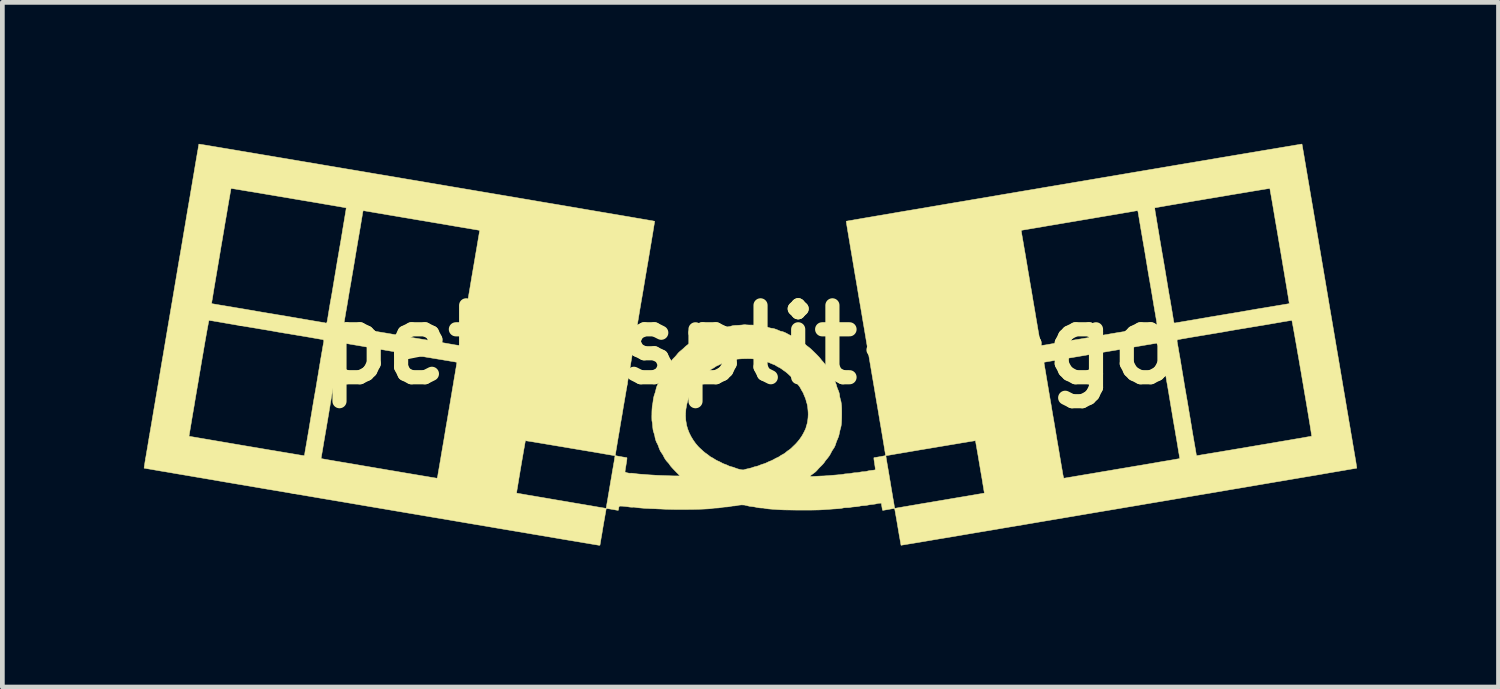
<source format=kicad_pcb>
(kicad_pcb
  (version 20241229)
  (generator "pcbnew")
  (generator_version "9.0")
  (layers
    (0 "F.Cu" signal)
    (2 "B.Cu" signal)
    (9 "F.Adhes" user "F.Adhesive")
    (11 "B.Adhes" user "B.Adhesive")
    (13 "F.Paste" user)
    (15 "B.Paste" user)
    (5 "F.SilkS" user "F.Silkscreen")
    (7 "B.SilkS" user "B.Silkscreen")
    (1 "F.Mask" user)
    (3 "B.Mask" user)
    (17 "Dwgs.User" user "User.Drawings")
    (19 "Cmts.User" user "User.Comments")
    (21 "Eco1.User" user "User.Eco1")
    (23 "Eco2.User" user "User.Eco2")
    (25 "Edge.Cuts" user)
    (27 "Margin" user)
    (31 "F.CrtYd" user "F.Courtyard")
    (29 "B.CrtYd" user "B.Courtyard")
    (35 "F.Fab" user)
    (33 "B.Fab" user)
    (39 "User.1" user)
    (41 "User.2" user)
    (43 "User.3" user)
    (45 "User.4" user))
  (footprint "petit_split-logo"
    (layer "F.Cu")
    (at 12.856 4.258)
    (property "Reference" "petit_split-logo" (at 0 0 0) (layer "F.SilkS") (effects (font (size 1.524 1.524) (thickness 0.3))))
    (attr through_hole)
    (fp_poly (pts (xy 11.697 -4.252) (xy 11.697 -4.249) (xy 11.698 -4.245) (xy 11.7 -4.237) (xy 11.701 -4.227) (xy 11.704 -4.214) (xy 11.706 -4.198) (xy 11.71 -4.178) (xy 11.714 -4.153) (xy 11.719 -4.125) (xy 11.725 -4.092) (xy 11.731 -4.054) (xy 11.739 -4.01) (xy 11.747 -3.961) (xy 11.756 -3.906) (xy 11.767 -3.844) (xy 11.778 -3.776) (xy 11.791 -3.701) (xy 11.805 -3.619) (xy 11.82 -3.529) (xy 11.837 -3.431) (xy 11.855 -3.325) (xy 11.874 -3.21) (xy 11.895 -3.087) (xy 11.918 -2.954) (xy 11.942 -2.811) (xy 11.968 -2.659) (xy 11.995 -2.496) (xy 12.025 -2.323) (xy 12.056 -2.139) (xy 12.089 -1.944) (xy 12.124 -1.737) (xy 12.161 -1.519) (xy 12.2 -1.288) (xy 12.241 -1.045) (xy 12.284 -0.789) (xy 12.33 -0.52) (xy 12.378 -0.237) (xy 12.428 0.06) (xy 12.457 0.229) (xy 12.486 0.399) (xy 12.514 0.567) (xy 12.542 0.732) (xy 12.569 0.893) (xy 12.596 1.05) (xy 12.622 1.202) (xy 12.646 1.348) (xy 12.67 1.487) (xy 12.692 1.62) (xy 12.714 1.745) (xy 12.733 1.861) (xy 12.752 1.969) (xy 12.768 2.067) (xy 12.783 2.154) (xy 12.796 2.231) (xy 12.807 2.296) (xy 12.816 2.349) (xy 12.823 2.389) (xy 12.827 2.415) (xy 12.828 2.419) (xy 12.837 2.47) (xy 12.844 2.517) (xy 12.85 2.556) (xy 12.855 2.588) (xy 12.858 2.608) (xy 12.858 2.617) (xy 12.858 2.617) (xy 12.851 2.618) (xy 12.83 2.622) (xy 12.795 2.628) (xy 12.747 2.636) (xy 12.687 2.646) (xy 12.615 2.659) (xy 12.532 2.673) (xy 12.437 2.689) (xy 12.331 2.707) (xy 12.215 2.727) (xy 12.09 2.749) (xy 11.955 2.772) (xy 11.811 2.796) (xy 11.658 2.822) (xy 11.498 2.849) (xy 11.33 2.878) (xy 11.155 2.907) (xy 10.973 2.938) (xy 10.785 2.97) (xy 10.592 3.003) (xy 10.393 3.037) (xy 10.189 3.071) (xy 9.981 3.107) (xy 9.768 3.143) (xy 9.553 3.179) (xy 9.334 3.216) (xy 9.112 3.254) (xy 8.889 3.292) (xy 8.664 3.33) (xy 8.437 3.368) (xy 8.21 3.407) (xy 7.982 3.445) (xy 7.754 3.484) (xy 7.527 3.522) (xy 7.301 3.56) (xy 7.077 3.598) (xy 6.854 3.636) (xy 6.634 3.673) (xy 6.416 3.71) (xy 6.202 3.746) (xy 5.991 3.782) (xy 5.784 3.817) (xy 5.582 3.851) (xy 5.385 3.884) (xy 5.194 3.917) (xy 5.009 3.948) (xy 4.829 3.978) (xy 4.657 4.007) (xy 4.492 4.035) (xy 4.335 4.062) (xy 4.186 4.087) (xy 4.046 4.11) (xy 3.914 4.132) (xy 3.792 4.153) (xy 3.681 4.172) (xy 3.579 4.189) (xy 3.489 4.204) (xy 3.41 4.217) (xy 3.342 4.228) (xy 3.287 4.237) (xy 3.245 4.244) (xy 3.216 4.249) (xy 3.2 4.252) (xy 3.197 4.252) (xy 3.195 4.244) (xy 3.191 4.224) (xy 3.186 4.192) (xy 3.178 4.149) (xy 3.169 4.097) (xy 3.158 4.038) (xy 3.147 3.972) (xy 3.135 3.901) (xy 3.128 3.861) (xy 3.116 3.788) (xy 3.104 3.719) (xy 3.093 3.656) (xy 3.083 3.6) (xy 3.075 3.553) (xy 3.068 3.515) (xy 3.063 3.488) (xy 3.061 3.473) (xy 3.06 3.471) (xy 3.052 3.472) (xy 3.033 3.474) (xy 3.004 3.479) (xy 2.968 3.485) (xy 2.935 3.491) (xy 2.894 3.498) (xy 2.859 3.504) (xy 2.831 3.509) (xy 2.813 3.512) (xy 2.808 3.512) (xy 2.804 3.506) (xy 2.8 3.49) (xy 2.798 3.482) (xy 2.794 3.457) (xy 2.789 3.426) (xy 2.786 3.405) (xy 2.778 3.36) (xy 2.748 3.36) (xy 2.721 3.362) (xy 2.692 3.368) (xy 2.684 3.37) (xy 2.66 3.376) (xy 2.628 3.381) (xy 2.594 3.385) (xy 2.59 3.386) (xy 2.555 3.389) (xy 2.52 3.395) (xy 2.492 3.4) (xy 2.489 3.401) (xy 2.458 3.407) (xy 2.423 3.41) (xy 2.406 3.411) (xy 2.373 3.413) (xy 2.338 3.418) (xy 2.322 3.422) (xy 2.296 3.427) (xy 2.261 3.432) (xy 2.225 3.436) (xy 2.217 3.436) (xy 2.184 3.439) (xy 2.154 3.442) (xy 2.131 3.446) (xy 2.126 3.447) (xy 2.107 3.451) (xy 2.078 3.453) (xy 2.047 3.454) (xy 2.042 3.454) (xy 2.011 3.455) (xy 1.983 3.458) (xy 1.964 3.462) (xy 1.962 3.462) (xy 1.947 3.466) (xy 1.921 3.47) (xy 1.888 3.474) (xy 1.851 3.477) (xy 1.851 3.477) (xy 1.808 3.48) (xy 1.756 3.483) (xy 1.703 3.487) (xy 1.654 3.491) (xy 1.651 3.491) (xy 1.602 3.494) (xy 1.549 3.498) (xy 1.498 3.501) (xy 1.454 3.503) (xy 1.451 3.503) (xy 1.405 3.504) (xy 1.349 3.505) (xy 1.284 3.506) (xy 1.213 3.506) (xy 1.138 3.506) (xy 1.061 3.506) (xy 0.983 3.506) (xy 0.908 3.505) (xy 0.837 3.504) (xy 0.771 3.503) (xy 0.714 3.502) (xy 0.667 3.5) (xy 0.632 3.499) (xy 0.628 3.498) (xy 0.579 3.495) (xy 0.527 3.491) (xy 0.476 3.488) (xy 0.433 3.485) (xy 0.425 3.484) (xy 0.388 3.481) (xy 0.354 3.477) (xy 0.327 3.473) (xy 0.312 3.47) (xy 0.291 3.465) (xy 0.263 3.462) (xy 0.239 3.462) (xy 0.207 3.46) (xy 0.17 3.455) (xy 0.134 3.448) (xy 0.134 3.448) (xy 0.098 3.44) (xy 0.059 3.434) (xy 0.025 3.43) (xy -0.009 3.426) (xy -0.046 3.418) (xy -0.069 3.412) (xy -0.124 3.399) (xy -0.185 3.396) (xy -0.247 3.402) (xy -0.265 3.406) (xy -0.296 3.412) (xy -0.328 3.417) (xy -0.35 3.418) (xy -0.377 3.42) (xy -0.409 3.425) (xy -0.426 3.429) (xy -0.456 3.435) (xy -0.492 3.439) (xy -0.519 3.44) (xy -0.552 3.442) (xy -0.587 3.446) (xy -0.61 3.451) (xy -0.637 3.456) (xy -0.672 3.46) (xy -0.707 3.462) (xy -0.708 3.462) (xy -0.74 3.463) (xy -0.772 3.465) (xy -0.796 3.469) (xy -0.797 3.469) (xy -0.824 3.474) (xy -0.863 3.478) (xy -0.914 3.481) (xy -0.975 3.484) (xy -1.044 3.487) (xy -1.12 3.489) (xy -1.202 3.491) (xy -1.287 3.492) (xy -1.375 3.493) (xy -1.463 3.493) (xy -1.551 3.493) (xy -1.637 3.492) (xy -1.718 3.49) (xy -1.794 3.488) (xy -1.84 3.486) (xy -1.899 3.483) (xy -1.958 3.481) (xy -2.012 3.478) (xy -2.061 3.476) (xy -2.1 3.475) (xy -2.129 3.474) (xy -2.134 3.473) (xy -2.18 3.471) (xy -2.23 3.469) (xy -2.28 3.465) (xy -2.328 3.461) (xy -2.371 3.457) (xy -2.406 3.453) (xy -2.43 3.449) (xy -2.435 3.448) (xy -2.462 3.444) (xy -2.491 3.444) (xy -2.493 3.445) (xy -2.515 3.445) (xy -2.544 3.443) (xy -2.577 3.439) (xy -2.584 3.437) (xy -2.622 3.432) (xy -2.666 3.427) (xy -2.707 3.423) (xy -2.712 3.423) (xy -2.744 3.422) (xy -2.765 3.422) (xy -2.777 3.427) (xy -2.784 3.438) (xy -2.788 3.457) (xy -2.791 3.478) (xy -2.794 3.498) (xy -2.798 3.51) (xy -2.8 3.512) (xy -2.809 3.511) (xy -2.829 3.508) (xy -2.858 3.503) (xy -2.895 3.496) (xy -2.928 3.491) (xy -2.968 3.484) (xy -3.003 3.478) (xy -3.03 3.474) (xy -3.048 3.471) (xy -3.053 3.471) (xy -3.054 3.478) (xy -3.058 3.498) (xy -3.063 3.529) (xy -3.07 3.57) (xy -3.079 3.619) (xy -3.088 3.673) (xy -3.099 3.733) (xy -3.11 3.796) (xy -3.121 3.86) (xy -3.132 3.925) (xy -3.142 3.988) (xy -3.152 4.047) (xy -3.162 4.102) (xy -3.17 4.15) (xy -3.177 4.191) (xy -3.182 4.222) (xy -3.185 4.241) (xy -3.186 4.248) (xy -3.192 4.251) (xy -3.206 4.252) (xy -3.214 4.251) (xy -3.236 4.247) (xy -3.272 4.241) (xy -3.321 4.233) (xy -3.382 4.223) (xy -3.457 4.21) (xy -3.543 4.196) (xy -3.641 4.179) (xy -3.75 4.161) (xy -3.87 4.141) (xy -4.001 4.119) (xy -4.142 4.095) (xy -4.293 4.069) (xy -4.454 4.042) (xy -4.623 4.014) (xy -4.801 3.983) (xy -4.988 3.952) (xy -5.183 3.919) (xy -5.385 3.885) (xy -5.594 3.849) (xy -5.811 3.813) (xy -6.034 3.775) (xy -6.263 3.736) (xy -6.497 3.696) (xy -6.738 3.656) (xy -6.983 3.614) (xy -7.233 3.572) (xy -7.487 3.529) (xy -7.745 3.485) (xy -8.006 3.441) (xy -8.037 3.436) (xy -8.299 3.391) (xy -8.557 3.347) (xy -8.811 3.304) (xy -9.061 3.262) (xy -9.307 3.22) (xy -9.547 3.179) (xy -9.743 3.146) (xy -4.955 3.146) (xy -4.948 3.147) (xy -4.927 3.151) (xy -4.895 3.157) (xy -4.851 3.164) (xy -4.796 3.174) (xy -4.733 3.185) (xy -4.661 3.197) (xy -4.582 3.21) (xy -4.497 3.225) (xy -4.407 3.24) (xy -4.313 3.256) (xy -4.215 3.273) (xy -4.116 3.29) (xy -4.015 3.307) (xy -3.915 3.324) (xy -3.815 3.341) (xy -3.717 3.358) (xy -3.622 3.374) (xy -3.532 3.389) (xy -3.446 3.404) (xy -3.367 3.417) (xy -3.294 3.43) (xy -3.23 3.441) (xy -3.174 3.45) (xy -3.129 3.458) (xy -3.095 3.463) (xy -3.073 3.467) (xy -3.064 3.468) (xy -3.064 3.468) (xy -3.056 3.468) (xy -3.055 3.467) (xy -3.054 3.459) (xy -3.05 3.439) (xy -3.045 3.407) (xy -3.038 3.365) (xy -3.029 3.314) (xy -3.019 3.257) (xy -3.009 3.193) (xy -2.997 3.126) (xy -2.985 3.055) (xy -2.973 2.983) (xy -2.961 2.911) (xy -2.949 2.841) (xy -2.937 2.774) (xy -2.927 2.711) (xy -2.917 2.653) (xy -2.908 2.603) (xy -2.901 2.562) (xy -2.896 2.531) (xy -2.896 2.53) (xy -2.887 2.482) (xy -2.88 2.439) (xy -2.875 2.402) (xy -2.87 2.375) (xy -2.868 2.358) (xy -2.868 2.355) (xy -2.876 2.353) (xy -2.897 2.349) (xy -2.93 2.343) (xy -2.974 2.335) (xy -3.028 2.326) (xy -3.092 2.315) (xy -3.164 2.302) (xy -3.243 2.289) (xy -3.328 2.274) (xy -3.419 2.259) (xy -3.513 2.243) (xy -3.611 2.227) (xy -3.711 2.21) (xy -3.812 2.193) (xy -3.912 2.176) (xy -4.012 2.159) (xy -4.11 2.143) (xy -4.205 2.127) (xy -4.296 2.112) (xy -4.382 2.097) (xy -4.462 2.084) (xy -4.535 2.072) (xy -4.599 2.061) (xy -4.655 2.052) (xy -4.7 2.045) (xy -4.735 2.04) (xy -4.757 2.036) (xy -4.766 2.035) (xy -4.766 2.035) (xy -4.768 2.043) (xy -4.772 2.063) (xy -4.778 2.095) (xy -4.785 2.138) (xy -4.794 2.189) (xy -4.805 2.248) (xy -4.816 2.313) (xy -4.828 2.383) (xy -4.841 2.457) (xy -4.854 2.533) (xy -4.867 2.611) (xy -4.88 2.687) (xy -4.892 2.763) (xy -4.905 2.835) (xy -4.916 2.903) (xy -4.926 2.965) (xy -4.935 3.02) (xy -4.943 3.067) (xy -4.949 3.104) (xy -4.953 3.13) (xy -4.955 3.144) (xy -4.955 3.146) (xy -9.743 3.146) (xy -9.782 3.139) (xy -10.012 3.1) (xy -10.235 3.063) (xy -10.451 3.026) (xy -10.661 2.99) (xy -10.864 2.956) (xy -11.059 2.923) (xy -11.246 2.891) (xy -11.424 2.86) (xy -11.594 2.831) (xy -11.755 2.804) (xy -11.906 2.778) (xy -12.048 2.754) (xy -12.179 2.732) (xy -12.3 2.711) (xy -12.41 2.692) (xy -12.509 2.676) (xy -12.595 2.661) (xy -12.67 2.648) (xy -12.733 2.637) (xy -12.782 2.629) (xy -12.819 2.622) (xy -12.842 2.618) (xy -12.851 2.617) (xy -12.851 2.617) (xy -12.85 2.609) (xy -12.848 2.589) (xy -12.843 2.558) (xy -12.837 2.519) (xy -12.83 2.473) (xy -12.821 2.422) (xy -12.821 2.419) (xy -12.82 2.413) (xy -9.098 2.413) (xy -9.098 2.414) (xy -9.091 2.416) (xy -9.07 2.419) (xy -9.037 2.425) (xy -8.992 2.433) (xy -8.937 2.443) (xy -8.871 2.454) (xy -8.797 2.467) (xy -8.714 2.481) (xy -8.625 2.496) (xy -8.529 2.512) (xy -8.428 2.529) (xy -8.322 2.547) (xy -8.213 2.566) (xy -8.101 2.585) (xy -7.988 2.604) (xy -7.873 2.624) (xy -7.758 2.643) (xy -7.645 2.663) (xy -7.533 2.681) (xy -7.424 2.7) (xy -7.318 2.718) (xy -7.217 2.735) (xy -7.122 2.751) (xy -7.032 2.766) (xy -6.95 2.78) (xy -6.876 2.792) (xy -6.811 2.803) (xy -6.755 2.813) (xy -6.711 2.82) (xy -6.678 2.825) (xy -6.657 2.829) (xy -6.65 2.83) (xy -6.643 2.829) (xy -6.637 2.823) (xy -6.632 2.809) (xy -6.627 2.786) (xy -6.623 2.767) (xy -6.621 2.751) (xy -6.616 2.721) (xy -6.609 2.68) (xy -6.6 2.628) (xy -6.589 2.566) (xy -6.577 2.495) (xy -6.563 2.415) (xy -6.549 2.328) (xy -6.533 2.235) (xy -6.516 2.136) (xy -6.498 2.032) (xy -6.48 1.925) (xy -6.462 1.814) (xy -6.443 1.702) (xy -6.423 1.589) (xy -6.404 1.476) (xy -6.385 1.363) (xy -6.366 1.252) (xy -6.348 1.144) (xy -6.33 1.039) (xy -6.314 0.939) (xy -6.297 0.844) (xy -6.283 0.755) (xy -6.269 0.673) (xy -6.256 0.6) (xy -6.246 0.535) (xy -6.236 0.48) (xy -6.229 0.436) (xy -6.224 0.404) (xy -6.22 0.384) (xy -6.219 0.378) (xy -6.221 0.375) (xy -6.227 0.372) (xy -6.241 0.369) (xy -6.263 0.364) (xy -6.297 0.358) (xy -6.316 0.355) (xy -6.349 0.35) (xy -6.384 0.344) (xy -6.399 0.341) (xy -6.431 0.336) (xy -6.467 0.33) (xy -6.486 0.327) (xy -6.519 0.321) (xy -6.555 0.315) (xy -6.573 0.312) (xy -6.605 0.307) (xy -6.641 0.301) (xy -6.66 0.298) (xy -6.695 0.292) (xy -6.732 0.286) (xy -6.751 0.283) (xy -6.784 0.277) (xy -6.818 0.272) (xy -6.836 0.269) (xy -6.854 0.266) (xy -6.884 0.261) (xy -6.923 0.254) (xy -6.97 0.246) (xy -7.021 0.237) (xy -7.068 0.229) (xy -7.133 0.218) (xy -7.186 0.208) (xy -7.229 0.201) (xy -7.265 0.195) (xy -7.297 0.189) (xy -7.326 0.184) (xy -7.355 0.18) (xy -7.387 0.174) (xy -7.388 0.174) (xy -7.421 0.169) (xy -7.457 0.163) (xy -7.477 0.159) (xy -7.509 0.154) (xy -7.545 0.148) (xy -7.562 0.145) (xy -7.595 0.14) (xy -7.631 0.134) (xy -7.647 0.131) (xy -7.68 0.125) (xy -7.716 0.12) (xy -7.732 0.117) (xy -7.759 0.112) (xy -7.797 0.106) (xy -7.844 0.098) (xy -7.896 0.089) (xy -7.952 0.08) (xy -8.008 0.07) (xy -8.062 0.061) (xy -8.11 0.052) (xy -8.15 0.045) (xy -8.18 0.04) (xy -8.182 0.04) (xy -8.218 0.033) (xy -8.255 0.027) (xy -8.285 0.022) (xy -8.291 0.021) (xy -8.325 0.015) (xy -8.362 0.009) (xy -8.378 0.006) (xy -8.41 0.001) (xy -8.442 -0.005) (xy -8.458 -0.007) (xy -8.487 -0.012) (xy -8.52 -0.018) (xy -8.538 -0.021) (xy -8.592 -0.03) (xy -8.632 -0.036) (xy -8.66 -0.039) (xy -8.676 -0.039) (xy -8.681 -0.038) (xy -8.684 -0.031) (xy -8.688 -0.013) (xy -8.694 0.016) (xy -8.701 0.058) (xy -8.71 0.112) (xy -8.722 0.179) (xy -8.724 0.192) (xy -8.729 0.225) (xy -8.735 0.261) (xy -8.738 0.278) (xy -8.743 0.311) (xy -8.749 0.346) (xy -8.752 0.361) (xy -8.763 0.428) (xy -8.774 0.496) (xy -8.781 0.535) (xy -8.784 0.558) (xy -8.79 0.591) (xy -8.797 0.63) (xy -8.804 0.672) (xy -8.806 0.682) (xy -8.82 0.767) (xy -8.833 0.839) (xy -8.843 0.898) (xy -8.852 0.948) (xy -8.859 0.988) (xy -8.864 1.019) (xy -8.868 1.044) (xy -8.872 1.064) (xy -8.874 1.079) (xy -8.876 1.089) (xy -8.881 1.12) (xy -8.887 1.155) (xy -8.889 1.172) (xy -8.895 1.205) (xy -8.901 1.241) (xy -8.905 1.263) (xy -8.91 1.297) (xy -8.916 1.333) (xy -8.92 1.353) (xy -8.925 1.386) (xy -8.931 1.421) (xy -8.933 1.437) (xy -8.937 1.458) (xy -8.942 1.491) (xy -8.95 1.534) (xy -8.958 1.585) (xy -8.968 1.641) (xy -8.978 1.7) (xy -8.988 1.76) (xy -8.998 1.818) (xy -9.008 1.873) (xy -9.016 1.923) (xy -9.017 1.927) (xy -9.024 1.969) (xy -9.031 2.009) (xy -9.037 2.045) (xy -9.042 2.071) (xy -9.043 2.077) (xy -9.048 2.11) (xy -9.054 2.146) (xy -9.057 2.163) (xy -9.062 2.196) (xy -9.068 2.231) (xy -9.071 2.248) (xy -9.076 2.276) (xy -9.082 2.311) (xy -9.088 2.346) (xy -9.089 2.351) (xy -9.094 2.379) (xy -9.097 2.401) (xy -9.098 2.413) (xy -12.82 2.413) (xy -12.817 2.395) (xy -12.81 2.358) (xy -12.802 2.307) (xy -12.791 2.244) (xy -12.778 2.17) (xy -12.764 2.084) (xy -12.748 1.988) (xy -12.74 1.941) (xy -11.898 1.941) (xy -10.697 2.146) (xy -10.567 2.168) (xy -10.44 2.189) (xy -10.318 2.21) (xy -10.201 2.23) (xy -10.09 2.248) (xy -9.985 2.266) (xy -9.889 2.282) (xy -9.8 2.297) (xy -9.72 2.31) (xy -9.65 2.322) (xy -9.591 2.332) (xy -9.543 2.34) (xy -9.507 2.346) (xy -9.483 2.349) (xy -9.473 2.351) (xy -9.473 2.351) (xy -9.459 2.35) (xy -9.452 2.344) (xy -9.448 2.329) (xy -9.447 2.32) (xy -9.444 2.303) (xy -9.44 2.275) (xy -9.434 2.238) (xy -9.426 2.196) (xy -9.42 2.159) (xy -9.404 2.069) (xy -9.391 1.992) (xy -9.38 1.927) (xy -9.371 1.875) (xy -9.364 1.833) (xy -9.358 1.801) (xy -9.354 1.778) (xy -9.354 1.776) (xy -9.344 1.713) (xy -9.332 1.644) (xy -9.325 1.602) (xy -9.32 1.57) (xy -9.314 1.534) (xy -9.311 1.517) (xy -9.305 1.483) (xy -9.299 1.446) (xy -9.296 1.43) (xy -9.291 1.397) (xy -9.285 1.361) (xy -9.282 1.344) (xy -9.278 1.319) (xy -9.272 1.282) (xy -9.264 1.237) (xy -9.256 1.187) (xy -9.247 1.136) (xy -9.238 1.085) (xy -9.23 1.038) (xy -9.223 0.999) (xy -9.219 0.98) (xy -9.213 0.945) (xy -9.207 0.909) (xy -9.202 0.88) (xy -9.202 0.876) (xy -9.196 0.844) (xy -9.19 0.808) (xy -9.188 0.791) (xy -9.182 0.758) (xy -9.176 0.721) (xy -9.173 0.702) (xy -9.158 0.616) (xy -9.145 0.533) (xy -9.144 0.528) (xy -9.138 0.495) (xy -9.132 0.459) (xy -9.13 0.445) (xy -9.126 0.419) (xy -9.119 0.381) (xy -9.112 0.335) (xy -9.103 0.283) (xy -9.093 0.228) (xy -9.084 0.172) (xy -9.074 0.118) (xy -9.066 0.069) (xy -9.059 0.027) (xy -9.053 -0.004) (xy -9.053 -0.007) (xy -9.045 -0.046) (xy -9.041 -0.073) (xy -9.042 -0.091) (xy -9.047 -0.101) (xy -9.06 -0.108) (xy -9.081 -0.112) (xy -9.111 -0.117) (xy -9.146 -0.123) (xy -9.19 -0.131) (xy -9.238 -0.139) (xy -9.285 -0.147) (xy -9.293 -0.149) (xy -9.335 -0.156) (xy -9.375 -0.163) (xy -9.411 -0.169) (xy -9.437 -0.174) (xy -9.443 -0.175) (xy -9.476 -0.18) (xy -9.512 -0.186) (xy -9.529 -0.189) (xy -9.562 -0.194) (xy -9.599 -0.2) (xy -9.616 -0.203) (xy -9.649 -0.209) (xy -9.684 -0.215) (xy -9.701 -0.217) (xy -9.768 -0.229) (xy -9.835 -0.24) (xy -9.875 -0.246) (xy -9.894 -0.249) (xy -9.924 -0.255) (xy -9.964 -0.261) (xy -10.011 -0.269) (xy -10.062 -0.278) (xy -10.109 -0.287) (xy -10.163 -0.296) (xy -10.214 -0.305) (xy -10.26 -0.313) (xy -10.299 -0.319) (xy -10.328 -0.324) (xy -10.343 -0.327) (xy -10.376 -0.332) (xy -10.412 -0.338) (xy -10.429 -0.341) (xy -10.462 -0.347) (xy -10.498 -0.353) (xy -10.517 -0.356) (xy -10.596 -0.369) (xy -10.662 -0.38) (xy -10.69 -0.385) (xy -10.721 -0.39) (xy -10.756 -0.396) (xy -10.773 -0.398) (xy -10.798 -0.402) (xy -10.834 -0.409) (xy -10.86 -0.413) (xy -8.617 -0.413) (xy -8.616 -0.403) (xy -8.614 -0.399) (xy -8.613 -0.398) (xy -8.602 -0.395) (xy -8.581 -0.39) (xy -8.555 -0.386) (xy -8.553 -0.385) (xy -8.527 -0.381) (xy -8.49 -0.375) (xy -8.448 -0.368) (xy -8.405 -0.36) (xy -8.397 -0.359) (xy -8.355 -0.351) (xy -8.314 -0.344) (xy -8.279 -0.338) (xy -8.252 -0.334) (xy -8.248 -0.333) (xy -8.215 -0.328) (xy -8.179 -0.322) (xy -8.162 -0.319) (xy -8.13 -0.314) (xy -8.094 -0.308) (xy -8.077 -0.305) (xy -8.044 -0.299) (xy -8.008 -0.293) (xy -7.992 -0.291) (xy -7.961 -0.285) (xy -7.925 -0.279) (xy -7.903 -0.276) (xy -7.869 -0.27) (xy -7.833 -0.264) (xy -7.812 -0.261) (xy -7.78 -0.255) (xy -7.745 -0.25) (xy -7.729 -0.247) (xy -7.703 -0.243) (xy -7.666 -0.236) (xy -7.621 -0.229) (xy -7.572 -0.22) (xy -7.52 -0.211) (xy -7.47 -0.202) (xy -7.424 -0.194) (xy -7.385 -0.188) (xy -7.366 -0.184) (xy -7.331 -0.178) (xy -7.295 -0.172) (xy -7.266 -0.167) (xy -7.263 -0.166) (xy -7.223 -0.16) (xy -7.175 -0.152) (xy -7.117 -0.142) (xy -7.092 -0.138) (xy -7.061 -0.133) (xy -7.025 -0.127) (xy -7.003 -0.123) (xy -6.97 -0.118) (xy -6.936 -0.112) (xy -6.916 -0.109) (xy -6.885 -0.104) (xy -6.85 -0.098) (xy -6.833 -0.095) (xy -6.806 -0.091) (xy -6.768 -0.084) (xy -6.722 -0.076) (xy -6.669 -0.067) (xy -6.613 -0.058) (xy -6.557 -0.048) (xy -6.503 -0.039) (xy -6.455 -0.031) (xy -6.415 -0.024) (xy -6.385 -0.018) (xy -6.383 -0.018) (xy -6.313 -0.006) (xy -6.258 0.004) (xy -6.214 0.01) (xy -6.183 0.015) (xy -6.163 0.016) (xy -6.154 0.015) (xy -6.153 0.015) (xy -6.151 0.008) (xy -6.147 -0.014) (xy -6.141 -0.047) (xy -6.133 -0.093) (xy -6.123 -0.151) (xy -6.111 -0.219) (xy -6.098 -0.296) (xy -6.083 -0.383) (xy -6.066 -0.479) (xy -6.049 -0.582) (xy -6.03 -0.692) (xy -6.01 -0.808) (xy -5.99 -0.929) (xy -5.968 -1.055) (xy -5.946 -1.185) (xy -5.944 -1.197) (xy -5.922 -1.328) (xy -5.901 -1.455) (xy -5.88 -1.577) (xy -5.86 -1.693) (xy -5.841 -1.804) (xy -5.824 -1.908) (xy -5.807 -2.004) (xy -5.792 -2.092) (xy -5.779 -2.172) (xy -5.767 -2.241) (xy -5.757 -2.299) (xy -5.749 -2.347) (xy -5.743 -2.382) (xy -5.739 -2.405) (xy -5.737 -2.414) (xy -5.737 -2.414) (xy -5.741 -2.422) (xy -5.754 -2.427) (xy -5.763 -2.429) (xy -5.785 -2.433) (xy -5.821 -2.439) (xy -5.869 -2.447) (xy -5.927 -2.457) (xy -5.997 -2.469) (xy -6.076 -2.482) (xy -6.164 -2.497) (xy -6.261 -2.513) (xy -6.365 -2.531) (xy -6.475 -2.55) (xy -6.592 -2.57) (xy -6.714 -2.59) (xy -6.841 -2.612) (xy -6.971 -2.634) (xy -6.974 -2.634) (xy -7.104 -2.656) (xy -7.231 -2.678) (xy -7.353 -2.698) (xy -7.469 -2.718) (xy -7.58 -2.737) (xy -7.684 -2.754) (xy -7.78 -2.771) (xy -7.869 -2.786) (xy -7.948 -2.799) (xy -8.017 -2.811) (xy -8.076 -2.821) (xy -8.123 -2.829) (xy -8.159 -2.835) (xy -8.181 -2.839) (xy -8.191 -2.841) (xy -8.191 -2.841) (xy -8.199 -2.842) (xy -8.206 -2.837) (xy -8.211 -2.826) (xy -8.216 -2.805) (xy -8.222 -2.772) (xy -8.223 -2.763) (xy -8.228 -2.73) (xy -8.234 -2.694) (xy -8.237 -2.68) (xy -8.242 -2.647) (xy -8.248 -2.611) (xy -8.251 -2.594) (xy -8.254 -2.573) (xy -8.26 -2.539) (xy -8.267 -2.495) (xy -8.276 -2.444) (xy -8.286 -2.386) (xy -8.296 -2.326) (xy -8.307 -2.263) (xy -8.318 -2.202) (xy -8.328 -2.143) (xy -8.335 -2.101) (xy -8.342 -2.059) (xy -8.349 -2.019) (xy -8.355 -1.984) (xy -8.359 -1.958) (xy -8.36 -1.952) (xy -8.371 -1.889) (xy -8.381 -1.825) (xy -8.389 -1.78) (xy -8.394 -1.747) (xy -8.4 -1.712) (xy -8.403 -1.695) (xy -8.407 -1.67) (xy -8.413 -1.633) (xy -8.421 -1.587) (xy -8.43 -1.535) (xy -8.44 -1.477) (xy -8.45 -1.418) (xy -8.46 -1.359) (xy -8.469 -1.303) (xy -8.478 -1.253) (xy -8.486 -1.21) (xy -8.491 -1.177) (xy -8.492 -1.176) (xy -8.498 -1.137) (xy -8.505 -1.099) (xy -8.51 -1.066) (xy -8.513 -1.049) (xy -8.519 -1.016) (xy -8.524 -0.981) (xy -8.527 -0.965) (xy -8.54 -0.887) (xy -8.553 -0.808) (xy -8.556 -0.795) (xy -8.561 -0.761) (xy -8.568 -0.724) (xy -8.571 -0.708) (xy -8.577 -0.674) (xy -8.583 -0.637) (xy -8.586 -0.62) (xy -8.591 -0.588) (xy -8.597 -0.553) (xy -8.6 -0.537) (xy -8.608 -0.489) (xy -8.613 -0.454) (xy -8.616 -0.429) (xy -8.617 -0.413) (xy -10.86 -0.413) (xy -10.88 -0.416) (xy -10.933 -0.425) (xy -10.99 -0.435) (xy -11.05 -0.445) (xy -11.108 -0.455) (xy -11.164 -0.465) (xy -11.215 -0.474) (xy -11.258 -0.481) (xy -11.29 -0.487) (xy -11.292 -0.487) (xy -11.331 -0.494) (xy -11.369 -0.5) (xy -11.403 -0.506) (xy -11.421 -0.508) (xy -11.446 -0.512) (xy -11.466 -0.515) (xy -11.475 -0.517) (xy -11.477 -0.512) (xy -11.481 -0.495) (xy -11.487 -0.466) (xy -11.494 -0.426) (xy -11.504 -0.374) (xy -11.516 -0.309) (xy -11.53 -0.231) (xy -11.546 -0.141) (xy -11.564 -0.038) (xy -11.584 0.078) (xy -11.606 0.208) (xy -11.631 0.351) (xy -11.657 0.508) (xy -11.687 0.68) (xy -11.688 0.689) (xy -11.71 0.82) (xy -11.732 0.947) (xy -11.753 1.07) (xy -11.773 1.187) (xy -11.791 1.299) (xy -11.809 1.403) (xy -11.826 1.501) (xy -11.841 1.59) (xy -11.854 1.67) (xy -11.866 1.74) (xy -11.876 1.8) (xy -11.884 1.848) (xy -11.89 1.885) (xy -11.894 1.909) (xy -11.896 1.919) (xy -11.896 1.92) (xy -11.898 1.941) (xy -12.74 1.941) (xy -12.73 1.883) (xy -12.71 1.768) (xy -12.689 1.645) (xy -12.667 1.513) (xy -12.644 1.375) (xy -12.619 1.23) (xy -12.594 1.08) (xy -12.567 0.924) (xy -12.54 0.764) (xy -12.512 0.599) (xy -12.484 0.432) (xy -12.455 0.262) (xy -12.449 0.229) (xy -12.398 -0.076) (xy -12.349 -0.366) (xy -12.302 -0.642) (xy -12.263 -0.873) (xy -11.42 -0.873) (xy -11.415 -0.871) (xy -11.402 -0.868) (xy -11.378 -0.864) (xy -11.344 -0.858) (xy -11.297 -0.85) (xy -11.292 -0.849) (xy -11.261 -0.844) (xy -11.226 -0.838) (xy -11.209 -0.835) (xy -11.176 -0.83) (xy -11.139 -0.824) (xy -11.118 -0.82) (xy -11.085 -0.815) (xy -11.051 -0.809) (xy -11.031 -0.806) (xy -10.973 -0.796) (xy -10.91 -0.785) (xy -10.858 -0.777) (xy -10.831 -0.772) (xy -10.793 -0.766) (xy -10.746 -0.758) (xy -10.693 -0.749) (xy -10.637 -0.739) (xy -10.581 -0.73) (xy -10.527 -0.721) (xy -10.479 -0.712) (xy -10.44 -0.705) (xy -10.412 -0.7) (xy -10.41 -0.7) (xy -10.375 -0.694) (xy -10.34 -0.688) (xy -10.311 -0.683) (xy -10.305 -0.682) (xy -10.274 -0.677) (xy -10.239 -0.671) (xy -10.222 -0.668) (xy -10.189 -0.663) (xy -10.153 -0.657) (xy -10.131 -0.653) (xy -10.098 -0.648) (xy -10.064 -0.642) (xy -10.044 -0.639) (xy -10.013 -0.633) (xy -9.978 -0.628) (xy -9.96 -0.625) (xy -9.936 -0.621) (xy -9.899 -0.615) (xy -9.853 -0.607) (xy -9.8 -0.598) (xy -9.743 -0.588) (xy -9.684 -0.578) (xy -9.625 -0.568) (xy -9.569 -0.558) (xy -9.519 -0.55) (xy -9.476 -0.542) (xy -9.443 -0.537) (xy -9.442 -0.536) (xy -9.403 -0.53) (xy -9.366 -0.523) (xy -9.334 -0.518) (xy -9.316 -0.515) (xy -9.285 -0.51) (xy -9.249 -0.503) (xy -9.229 -0.5) (xy -9.203 -0.496) (xy -9.177 -0.491) (xy -9.147 -0.486) (xy -9.11 -0.48) (xy -9.062 -0.472) (xy -9.061 -0.472) (xy -9.036 -0.468) (xy -9.016 -0.464) (xy -9.007 -0.461) (xy -9.007 -0.461) (xy -8.995 -0.456) (xy -8.982 -0.463) (xy -8.974 -0.477) (xy -8.97 -0.496) (xy -8.965 -0.521) (xy -8.962 -0.539) (xy -8.958 -0.564) (xy -8.953 -0.591) (xy -8.948 -0.625) (xy -8.941 -0.667) (xy -8.933 -0.715) (xy -8.928 -0.747) (xy -8.922 -0.782) (xy -8.919 -0.798) (xy -8.915 -0.825) (xy -8.909 -0.86) (xy -8.903 -0.895) (xy -8.902 -0.9) (xy -8.896 -0.934) (xy -8.888 -0.978) (xy -8.879 -1.027) (xy -8.87 -1.079) (xy -8.861 -1.13) (xy -8.853 -1.179) (xy -8.846 -1.221) (xy -8.841 -1.253) (xy -8.838 -1.266) (xy -8.833 -1.299) (xy -8.827 -1.334) (xy -8.825 -1.35) (xy -8.819 -1.381) (xy -8.814 -1.416) (xy -8.811 -1.433) (xy -8.805 -1.467) (xy -8.799 -1.504) (xy -8.796 -1.52) (xy -8.783 -1.597) (xy -8.773 -1.663) (xy -8.767 -1.696) (xy -8.763 -1.719) (xy -8.758 -1.752) (xy -8.751 -1.791) (xy -8.744 -1.833) (xy -8.742 -1.843) (xy -8.727 -1.928) (xy -8.715 -2) (xy -8.705 -2.06) (xy -8.696 -2.109) (xy -8.689 -2.149) (xy -8.684 -2.181) (xy -8.679 -2.206) (xy -8.676 -2.225) (xy -8.674 -2.24) (xy -8.672 -2.25) (xy -8.667 -2.28) (xy -8.661 -2.315) (xy -8.658 -2.335) (xy -8.652 -2.369) (xy -8.646 -2.407) (xy -8.643 -2.426) (xy -8.638 -2.458) (xy -8.632 -2.493) (xy -8.629 -2.511) (xy -8.624 -2.542) (xy -8.618 -2.577) (xy -8.615 -2.594) (xy -8.611 -2.616) (xy -8.606 -2.649) (xy -8.599 -2.689) (xy -8.592 -2.733) (xy -8.586 -2.768) (xy -8.579 -2.81) (xy -8.573 -2.846) (xy -8.569 -2.875) (xy -8.567 -2.894) (xy -8.567 -2.901) (xy -8.574 -2.903) (xy -8.595 -2.907) (xy -8.629 -2.913) (xy -8.674 -2.921) (xy -8.729 -2.931) (xy -8.795 -2.942) (xy -8.869 -2.955) (xy -8.952 -2.969) (xy -9.042 -2.984) (xy -9.137 -3.001) (xy -9.239 -3.018) (xy -9.344 -3.036) (xy -9.453 -3.054) (xy -9.565 -3.073) (xy -9.679 -3.092) (xy -9.793 -3.112) (xy -9.907 -3.131) (xy -10.021 -3.15) (xy -10.132 -3.169) (xy -10.241 -3.187) (xy -10.346 -3.205) (xy -10.447 -3.222) (xy -10.542 -3.238) (xy -10.631 -3.252) (xy -10.713 -3.266) (xy -10.786 -3.278) (xy -10.851 -3.289) (xy -10.906 -3.298) (xy -10.95 -3.305) (xy -10.982 -3.31) (xy -11.001 -3.313) (xy -11.007 -3.313) (xy -11.009 -3.306) (xy -11.013 -3.285) (xy -11.019 -3.252) (xy -11.027 -3.207) (xy -11.036 -3.151) (xy -11.048 -3.086) (xy -11.061 -3.011) (xy -11.075 -2.929) (xy -11.09 -2.839) (xy -11.106 -2.743) (xy -11.124 -2.642) (xy -11.142 -2.537) (xy -11.16 -2.427) (xy -11.179 -2.316) (xy -11.198 -2.202) (xy -11.218 -2.088) (xy -11.237 -1.973) (xy -11.256 -1.86) (xy -11.275 -1.748) (xy -11.293 -1.64) (xy -11.311 -1.534) (xy -11.328 -1.434) (xy -11.344 -1.339) (xy -11.359 -1.25) (xy -11.373 -1.168) (xy -11.385 -1.094) (xy -11.395 -1.03) (xy -11.404 -0.975) (xy -11.412 -0.931) (xy -11.417 -0.899) (xy -11.42 -0.879) (xy -11.42 -0.873) (xy -12.263 -0.873) (xy -12.257 -0.906) (xy -12.215 -1.156) (xy -12.175 -1.393) (xy -12.137 -1.619) (xy -12.101 -1.832) (xy -12.066 -2.033) (xy -12.034 -2.223) (xy -12.004 -2.402) (xy -11.975 -2.571) (xy -11.949 -2.729) (xy -11.924 -2.877) (xy -11.9 -3.015) (xy -11.878 -3.143) (xy -11.858 -3.263) (xy -11.839 -3.374) (xy -11.822 -3.476) (xy -11.806 -3.57) (xy -11.791 -3.657) (xy -11.778 -3.736) (xy -11.766 -3.808) (xy -11.755 -3.873) (xy -11.745 -3.931) (xy -11.736 -3.984) (xy -11.728 -4.03) (xy -11.721 -4.071) (xy -11.715 -4.107) (xy -11.709 -4.138) (xy -11.705 -4.165) (xy -11.701 -4.187) (xy -11.698 -4.206) (xy -11.695 -4.22) (xy -11.693 -4.232) (xy -11.692 -4.241) (xy -11.691 -4.247) (xy -11.69 -4.251) (xy -11.689 -4.253) (xy -11.689 -4.253) (xy -11.682 -4.252) (xy -11.661 -4.249) (xy -11.627 -4.243) (xy -11.579 -4.236) (xy -11.519 -4.226) (xy -11.447 -4.214) (xy -11.364 -4.2) (xy -11.269 -4.184) (xy -11.164 -4.166) (xy -11.048 -4.147) (xy -10.922 -4.126) (xy -10.788 -4.103) (xy -10.644 -4.079) (xy -10.491 -4.053) (xy -10.331 -4.026) (xy -10.163 -3.998) (xy -9.988 -3.968) (xy -9.807 -3.938) (xy -9.619 -3.906) (xy -9.425 -3.873) (xy -9.226 -3.84) (xy -9.023 -3.805) (xy -8.814 -3.77) (xy -8.602 -3.734) (xy -8.387 -3.698) (xy -8.168 -3.661) (xy -7.947 -3.623) (xy -7.723 -3.586) (xy -7.498 -3.548) (xy -7.271 -3.509) (xy -7.044 -3.471) (xy -6.816 -3.432) (xy -6.589 -3.394) (xy -6.362 -3.355) (xy -6.136 -3.317) (xy -5.911 -3.279) (xy -5.688 -3.241) (xy -5.468 -3.204) (xy -5.25 -3.167) (xy -5.036 -3.131) (xy -4.825 -3.095) (xy -4.618 -3.06) (xy -4.416 -3.025) (xy -4.219 -2.992) (xy -4.028 -2.96) (xy -3.842 -2.928) (xy -3.663 -2.898) (xy -3.491 -2.868) (xy -3.326 -2.84) (xy -3.168 -2.813) (xy -3.019 -2.788) (xy -2.878 -2.764) (xy -2.747 -2.742) (xy -2.625 -2.721) (xy -2.513 -2.702) (xy -2.411 -2.684) (xy -2.321 -2.669) (xy -2.241 -2.655) (xy -2.174 -2.644) (xy -2.119 -2.634) (xy -2.076 -2.627) (xy -2.046 -2.621) (xy -2.03 -2.618) (xy -2.028 -2.618) (xy -2.027 -2.616) (xy -2.028 -2.612) (xy -2.029 -2.604) (xy -2.031 -2.592) (xy -2.033 -2.577) (xy -2.036 -2.557) (xy -2.04 -2.533) (xy -2.045 -2.504) (xy -2.05 -2.469) (xy -2.057 -2.429) (xy -2.064 -2.383) (xy -2.073 -2.331) (xy -2.083 -2.272) (xy -2.094 -2.205) (xy -2.106 -2.132) (xy -2.12 -2.051) (xy -2.135 -1.961) (xy -2.151 -1.864) (xy -2.169 -1.757) (xy -2.189 -1.642) (xy -2.21 -1.517) (xy -2.233 -1.382) (xy -2.257 -1.237) (xy -2.283 -1.082) (xy -2.312 -0.916) (xy -2.342 -0.739) (xy -2.373 -0.55) (xy -2.407 -0.35) (xy -2.443 -0.137) (xy -2.482 0.088) (xy -2.522 0.326) (xy -2.564 0.577) (xy -2.609 0.842) (xy -2.656 1.12) (xy -2.67 1.201) (xy -2.692 1.328) (xy -2.712 1.451) (xy -2.732 1.569) (xy -2.752 1.682) (xy -2.769 1.789) (xy -2.786 1.889) (xy -2.802 1.981) (xy -2.816 2.065) (xy -2.828 2.139) (xy -2.839 2.204) (xy -2.848 2.258) (xy -2.854 2.3) (xy -2.859 2.33) (xy -2.862 2.347) (xy -2.862 2.35) (xy -2.855 2.352) (xy -2.836 2.356) (xy -2.808 2.362) (xy -2.775 2.368) (xy -2.739 2.374) (xy -2.703 2.381) (xy -2.67 2.386) (xy -2.642 2.391) (xy -2.623 2.394) (xy -2.616 2.395) (xy -2.614 2.402) (xy -2.615 2.423) (xy -2.619 2.457) (xy -2.626 2.505) (xy -2.632 2.538) (xy -2.639 2.583) (xy -2.646 2.623) (xy -2.651 2.656) (xy -2.654 2.68) (xy -2.656 2.693) (xy -2.656 2.693) (xy -2.649 2.701) (xy -2.632 2.709) (xy -2.609 2.716) (xy -2.582 2.722) (xy -2.557 2.725) (xy -2.536 2.725) (xy -2.535 2.724) (xy -2.517 2.724) (xy -2.491 2.726) (xy -2.467 2.729) (xy -2.439 2.733) (xy -2.403 2.738) (xy -2.363 2.742) (xy -2.34 2.744) (xy -2.301 2.747) (xy -2.253 2.75) (xy -2.203 2.754) (xy -2.159 2.758) (xy -2.112 2.761) (xy -2.061 2.764) (xy -2.012 2.767) (xy -1.974 2.769) (xy -1.87 2.773) (xy -1.779 2.776) (xy -1.703 2.779) (xy -1.639 2.781) (xy -1.587 2.782) (xy -1.548 2.782) (xy -1.52 2.782) (xy -1.502 2.781) (xy -1.495 2.779) (xy -1.495 2.779) (xy -1.5 2.772) (xy -1.513 2.757) (xy -1.534 2.736) (xy -1.561 2.709) (xy -1.591 2.678) (xy -1.592 2.677) (xy -1.624 2.644) (xy -1.653 2.613) (xy -1.677 2.586) (xy -1.695 2.564) (xy -1.704 2.551) (xy -1.718 2.529) (xy -1.738 2.505) (xy -1.749 2.493) (xy -1.779 2.46) (xy -1.807 2.42) (xy -1.83 2.38) (xy -1.836 2.366) (xy -1.846 2.346) (xy -1.861 2.321) (xy -1.873 2.304) (xy -1.905 2.256) (xy -1.928 2.206) (xy -1.942 2.166) (xy -1.952 2.138) (xy -1.964 2.111) (xy -1.971 2.097) (xy -1.991 2.06) (xy -2.007 2.015) (xy -2.019 1.968) (xy -2.021 1.952) (xy -2.027 1.923) (xy -2.036 1.89) (xy -2.044 1.865) (xy -2.055 1.834) (xy -2.062 1.798) (xy -2.067 1.753) (xy -2.069 1.735) (xy -2.072 1.699) (xy -2.075 1.665) (xy -2.079 1.639) (xy -2.082 1.626) (xy -2.085 1.61) (xy -2.086 1.582) (xy -2.087 1.546) (xy -2.087 1.504) (xy -2.086 1.488) (xy -1.373 1.488) (xy -1.367 1.602) (xy -1.348 1.713) (xy -1.327 1.785) (xy -1.297 1.863) (xy -1.258 1.942) (xy -1.211 2.02) (xy -1.16 2.092) (xy -1.106 2.156) (xy -1.071 2.191) (xy -1.031 2.227) (xy -1 2.256) (xy -0.974 2.278) (xy -0.953 2.295) (xy -0.934 2.308) (xy -0.921 2.317) (xy -0.898 2.334) (xy -0.878 2.349) (xy -0.867 2.359) (xy -0.852 2.371) (xy -0.831 2.383) (xy -0.822 2.388) (xy -0.797 2.401) (xy -0.769 2.418) (xy -0.756 2.427) (xy -0.728 2.444) (xy -0.698 2.46) (xy -0.684 2.466) (xy -0.654 2.479) (xy -0.623 2.495) (xy -0.612 2.501) (xy -0.585 2.516) (xy -0.556 2.528) (xy -0.544 2.532) (xy -0.519 2.541) (xy -0.489 2.553) (xy -0.472 2.562) (xy -0.445 2.574) (xy -0.417 2.583) (xy -0.403 2.587) (xy -0.381 2.592) (xy -0.352 2.601) (xy -0.323 2.612) (xy -0.271 2.631) (xy -0.223 2.644) (xy -0.181 2.652) (xy -0.147 2.654) (xy -0.123 2.649) (xy -0.122 2.648) (xy -0.109 2.643) (xy -0.085 2.637) (xy -0.055 2.63) (xy -0.039 2.627) (xy -0.007 2.619) (xy 0.022 2.612) (xy 0.043 2.605) (xy 0.049 2.602) (xy 0.067 2.596) (xy 0.093 2.588) (xy 0.12 2.582) (xy 0.151 2.574) (xy 0.181 2.564) (xy 0.201 2.555) (xy 0.226 2.545) (xy 0.257 2.534) (xy 0.275 2.529) (xy 0.306 2.519) (xy 0.336 2.507) (xy 0.351 2.5) (xy 0.377 2.487) (xy 0.408 2.473) (xy 0.422 2.468) (xy 0.45 2.457) (xy 0.482 2.441) (xy 0.504 2.429) (xy 0.53 2.414) (xy 0.556 2.401) (xy 0.573 2.394) (xy 0.595 2.384) (xy 0.619 2.369) (xy 0.625 2.365) (xy 0.646 2.35) (xy 0.674 2.334) (xy 0.694 2.323) (xy 0.72 2.309) (xy 0.742 2.293) (xy 0.754 2.283) (xy 0.771 2.268) (xy 0.793 2.251) (xy 0.809 2.241) (xy 0.836 2.222) (xy 0.863 2.2) (xy 0.875 2.189) (xy 0.898 2.166) (xy 0.924 2.141) (xy 0.937 2.129) (xy 0.972 2.094) (xy 1.01 2.05) (xy 1.047 2.004) (xy 1.079 1.958) (xy 1.085 1.95) (xy 1.101 1.924) (xy 1.119 1.892) (xy 1.137 1.858) (xy 1.154 1.824) (xy 1.168 1.794) (xy 1.178 1.77) (xy 1.183 1.755) (xy 1.183 1.753) (xy 1.185 1.74) (xy 1.191 1.72) (xy 1.197 1.704) (xy 1.209 1.661) (xy 1.218 1.607) (xy 1.225 1.546) (xy 1.228 1.484) (xy 1.228 1.47) (xy 1.227 1.433) (xy 1.224 1.392) (xy 1.22 1.35) (xy 1.215 1.309) (xy 1.209 1.275) (xy 1.203 1.249) (xy 1.199 1.236) (xy 1.193 1.222) (xy 1.187 1.199) (xy 1.184 1.184) (xy 1.176 1.155) (xy 1.164 1.123) (xy 1.154 1.099) (xy 1.143 1.075) (xy 1.135 1.055) (xy 1.132 1.044) (xy 1.128 1.033) (xy 1.118 1.014) (xy 1.106 0.994) (xy 1.09 0.967) (xy 1.075 0.94) (xy 1.067 0.924) (xy 1.053 0.9) (xy 1.035 0.874) (xy 1.028 0.866) (xy 1.009 0.842) (xy 0.99 0.817) (xy 0.985 0.809) (xy 0.971 0.79) (xy 0.948 0.764) (xy 0.919 0.733) (xy 0.886 0.699) (xy 0.851 0.665) (xy 0.817 0.632) (xy 0.785 0.603) (xy 0.758 0.581) (xy 0.74 0.567) (xy 0.713 0.549) (xy 0.686 0.53) (xy 0.671 0.518) (xy 0.647 0.501) (xy 0.622 0.486) (xy 0.613 0.482) (xy 0.591 0.471) (xy 0.565 0.456) (xy 0.549 0.446) (xy 0.528 0.433) (xy 0.511 0.424) (xy 0.503 0.421) (xy 0.492 0.418) (xy 0.472 0.41) (xy 0.446 0.399) (xy 0.429 0.392) (xy 0.4 0.379) (xy 0.375 0.37) (xy 0.358 0.364) (xy 0.353 0.363) (xy 0.341 0.36) (xy 0.319 0.354) (xy 0.294 0.345) (xy 0.293 0.345) (xy 0.266 0.335) (xy 0.242 0.329) (xy 0.225 0.327) (xy 0.209 0.325) (xy 0.184 0.32) (xy 0.155 0.313) (xy 0.149 0.312) (xy 0.112 0.305) (xy 0.064 0.3) (xy 0.009 0.296) (xy -0.052 0.295) (xy -0.115 0.296) (xy -0.177 0.298) (xy -0.236 0.302) (xy -0.288 0.307) (xy -0.332 0.315) (xy -0.361 0.322) (xy -0.388 0.33) (xy -0.418 0.337) (xy -0.425 0.338) (xy -0.453 0.344) (xy -0.484 0.354) (xy -0.497 0.359) (xy -0.523 0.37) (xy -0.548 0.378) (xy -0.559 0.381) (xy -0.58 0.388) (xy -0.606 0.399) (xy -0.62 0.407) (xy -0.648 0.421) (xy -0.677 0.435) (xy -0.689 0.44) (xy -0.716 0.452) (xy -0.742 0.468) (xy -0.747 0.472) (xy -0.77 0.488) (xy -0.797 0.504) (xy -0.806 0.508) (xy -0.831 0.523) (xy -0.858 0.543) (xy -0.868 0.552) (xy -0.891 0.572) (xy -0.916 0.591) (xy -0.926 0.598) (xy -0.946 0.613) (xy -0.972 0.637) (xy -1.003 0.667) (xy -1.036 0.701) (xy -1.069 0.738) (xy -1.101 0.773) (xy -1.129 0.806) (xy -1.15 0.834) (xy -1.164 0.855) (xy -1.165 0.856) (xy -1.177 0.878) (xy -1.193 0.903) (xy -1.201 0.914) (xy -1.219 0.943) (xy -1.24 0.982) (xy -1.262 1.026) (xy -1.283 1.072) (xy -1.301 1.116) (xy -1.31 1.139) (xy -1.344 1.255) (xy -1.365 1.371) (xy -1.373 1.488) (xy -2.086 1.488) (xy -2.086 1.459) (xy -2.085 1.413) (xy -2.083 1.37) (xy -2.08 1.332) (xy -2.078 1.303) (xy -2.074 1.285) (xy -2.071 1.267) (xy -2.066 1.239) (xy -2.061 1.205) (xy -2.058 1.179) (xy -2.05 1.128) (xy -2.039 1.083) (xy -2.029 1.053) (xy -2.018 1.021) (xy -2.008 0.986) (xy -2.003 0.964) (xy -1.989 0.907) (xy -1.97 0.858) (xy -1.953 0.828) (xy -1.939 0.8) (xy -1.927 0.77) (xy -1.924 0.759) (xy -1.906 0.708) (xy -1.878 0.657) (xy -1.858 0.628) (xy -1.842 0.604) (xy -1.828 0.579) (xy -1.822 0.565) (xy -1.808 0.532) (xy -1.785 0.495) (xy -1.757 0.457) (xy -1.743 0.441) (xy -1.724 0.417) (xy -1.703 0.388) (xy -1.691 0.368) (xy -1.672 0.341) (xy -1.648 0.311) (xy -1.623 0.285) (xy -1.622 0.284) (xy -1.596 0.258) (xy -1.569 0.228) (xy -1.548 0.202) (xy -1.548 0.202) (xy -1.526 0.175) (xy -1.499 0.149) (xy -1.48 0.133) (xy -1.458 0.115) (xy -1.43 0.091) (xy -1.401 0.065) (xy -1.391 0.054) (xy -1.363 0.029) (xy -1.334 0.006) (xy -1.308 -0.012) (xy -1.299 -0.018) (xy -1.273 -0.034) (xy -1.243 -0.055) (xy -1.215 -0.077) (xy -1.214 -0.077) (xy -1.179 -0.105) (xy -1.149 -0.125) (xy -1.119 -0.14) (xy -1.096 -0.149) (xy -1.074 -0.159) (xy -1.049 -0.173) (xy -1.033 -0.184) (xy -0.979 -0.218) (xy -0.928 -0.24) (xy -0.907 -0.246) (xy -0.885 -0.254) (xy -0.856 -0.266) (xy -0.825 -0.28) (xy -0.816 -0.284) (xy -0.784 -0.298) (xy -0.749 -0.311) (xy -0.72 -0.32) (xy -0.715 -0.321) (xy -0.686 -0.327) (xy -0.651 -0.337) (xy -0.617 -0.349) (xy -0.613 -0.35) (xy -0.566 -0.365) (xy -0.515 -0.375) (xy -0.494 -0.378) (xy -0.46 -0.382) (xy -0.428 -0.388) (xy -0.403 -0.395) (xy -0.399 -0.396) (xy -0.368 -0.404) (xy -0.323 -0.409) (xy -0.29 -0.41) (xy -0.251 -0.412) (xy -0.21 -0.415) (xy -0.173 -0.418) (xy -0.16 -0.42) (xy -0.133 -0.423) (xy -0.112 -0.424) (xy -0.1 -0.423) (xy -0.099 -0.423) (xy -0.09 -0.421) (xy -0.069 -0.42) (xy -0.038 -0.418) (xy -0.001 -0.417) (xy 0.025 -0.417) (xy 0.08 -0.415) (xy 0.123 -0.413) (xy 0.155 -0.409) (xy 0.177 -0.403) (xy 0.204 -0.397) (xy 0.238 -0.393) (xy 0.261 -0.392) (xy 0.3 -0.389) (xy 0.343 -0.379) (xy 0.37 -0.37) (xy 0.401 -0.36) (xy 0.429 -0.353) (xy 0.449 -0.349) (xy 0.454 -0.348) (xy 0.483 -0.345) (xy 0.52 -0.335) (xy 0.562 -0.32) (xy 0.599 -0.304) (xy 0.624 -0.293) (xy 0.644 -0.286) (xy 0.656 -0.283) (xy 0.675 -0.28) (xy 0.703 -0.271) (xy 0.735 -0.258) (xy 0.766 -0.243) (xy 0.791 -0.229) (xy 0.822 -0.212) (xy 0.856 -0.196) (xy 0.875 -0.188) (xy 0.928 -0.164) (xy 0.973 -0.137) (xy 0.994 -0.119) (xy 1.01 -0.108) (xy 1.033 -0.093) (xy 1.061 -0.078) (xy 1.064 -0.076) (xy 1.096 -0.058) (xy 1.131 -0.034) (xy 1.161 -0.009) (xy 1.162 -0.009) (xy 1.189 0.014) (xy 1.216 0.036) (xy 1.238 0.052) (xy 1.241 0.054) (xy 1.257 0.067) (xy 1.282 0.088) (xy 1.311 0.115) (xy 1.344 0.147) (xy 1.378 0.18) (xy 1.412 0.214) (xy 1.442 0.245) (xy 1.466 0.271) (xy 1.483 0.292) (xy 1.488 0.298) (xy 1.501 0.315) (xy 1.52 0.338) (xy 1.543 0.363) (xy 1.549 0.37) (xy 1.573 0.399) (xy 1.597 0.431) (xy 1.616 0.461) (xy 1.618 0.465) (xy 1.635 0.494) (xy 1.654 0.524) (xy 1.669 0.544) (xy 1.701 0.59) (xy 1.728 0.642) (xy 1.742 0.679) (xy 1.752 0.703) (xy 1.765 0.727) (xy 1.767 0.729) (xy 1.799 0.783) (xy 1.824 0.849) (xy 1.828 0.866) (xy 1.837 0.897) (xy 1.847 0.926) (xy 1.856 0.947) (xy 1.871 0.982) (xy 1.884 1.021) (xy 1.892 1.057) (xy 1.894 1.082) (xy 1.896 1.101) (xy 1.903 1.129) (xy 1.911 1.16) (xy 1.913 1.166) (xy 1.922 1.2) (xy 1.929 1.241) (xy 1.935 1.291) (xy 1.938 1.35) (xy 1.939 1.422) (xy 1.939 1.473) (xy 1.938 1.549) (xy 1.936 1.612) (xy 1.933 1.665) (xy 1.928 1.708) (xy 1.921 1.745) (xy 1.913 1.774) (xy 1.903 1.81) (xy 1.894 1.851) (xy 1.887 1.886) (xy 1.887 1.887) (xy 1.874 1.942) (xy 1.851 1.999) (xy 1.851 1.999) (xy 1.837 2.031) (xy 1.825 2.062) (xy 1.816 2.088) (xy 1.815 2.093) (xy 1.801 2.134) (xy 1.781 2.177) (xy 1.758 2.212) (xy 1.754 2.218) (xy 1.743 2.234) (xy 1.728 2.259) (xy 1.713 2.288) (xy 1.707 2.301) (xy 1.678 2.352) (xy 1.643 2.399) (xy 1.635 2.409) (xy 1.612 2.436) (xy 1.591 2.463) (xy 1.575 2.487) (xy 1.573 2.49) (xy 1.558 2.511) (xy 1.536 2.536) (xy 1.511 2.562) (xy 1.503 2.57) (xy 1.477 2.595) (xy 1.451 2.622) (xy 1.43 2.646) (xy 1.426 2.651) (xy 1.405 2.674) (xy 1.379 2.699) (xy 1.354 2.718) (xy 1.32 2.743) (xy 1.296 2.76) (xy 1.281 2.773) (xy 1.273 2.781) (xy 1.27 2.787) (xy 1.27 2.788) (xy 1.276 2.791) (xy 1.293 2.793) (xy 1.323 2.793) (xy 1.367 2.791) (xy 1.373 2.791) (xy 1.417 2.788) (xy 1.461 2.786) (xy 1.501 2.784) (xy 1.532 2.783) (xy 1.535 2.783) (xy 1.566 2.782) (xy 1.606 2.779) (xy 1.649 2.776) (xy 1.687 2.773) (xy 1.733 2.769) (xy 1.785 2.765) (xy 1.834 2.761) (xy 1.865 2.758) (xy 1.902 2.755) (xy 1.937 2.751) (xy 1.966 2.747) (xy 1.981 2.744) (xy 2.009 2.739) (xy 2.04 2.737) (xy 2.054 2.736) (xy 2.083 2.734) (xy 2.117 2.73) (xy 2.144 2.725) (xy 2.177 2.719) (xy 2.212 2.715) (xy 2.235 2.714) (xy 2.266 2.712) (xy 2.3 2.707) (xy 2.319 2.703) (xy 2.351 2.697) (xy 2.385 2.693) (xy 2.403 2.693) (xy 2.433 2.69) (xy 2.463 2.685) (xy 2.475 2.682) (xy 2.497 2.676) (xy 2.528 2.67) (xy 2.563 2.666) (xy 2.575 2.664) (xy 2.605 2.661) (xy 2.63 2.657) (xy 2.646 2.653) (xy 2.65 2.651) (xy 2.651 2.641) (xy 2.65 2.617) (xy 2.645 2.582) (xy 2.638 2.534) (xy 2.636 2.519) (xy 2.628 2.468) (xy 2.622 2.43) (xy 2.621 2.405) (xy 2.622 2.395) (xy 2.623 2.395) (xy 2.634 2.393) (xy 2.655 2.39) (xy 2.685 2.385) (xy 2.719 2.379) (xy 2.756 2.373) (xy 2.791 2.366) (xy 2.823 2.36) (xy 2.849 2.355) (xy 2.852 2.354) (xy 2.876 2.354) (xy 2.876 2.362) (xy 2.879 2.381) (xy 2.883 2.411) (xy 2.889 2.447) (xy 2.895 2.483) (xy 2.9 2.514) (xy 2.908 2.558) (xy 2.917 2.612) (xy 2.928 2.675) (xy 2.94 2.746) (xy 2.952 2.821) (xy 2.966 2.9) (xy 2.979 2.98) (xy 2.986 3.023) (xy 2.999 3.099) (xy 3.011 3.171) (xy 3.022 3.238) (xy 3.033 3.298) (xy 3.042 3.35) (xy 3.049 3.393) (xy 3.054 3.426) (xy 3.058 3.446) (xy 3.059 3.453) (xy 3.065 3.466) (xy 3.078 3.467) (xy 3.079 3.467) (xy 3.088 3.465) (xy 3.111 3.461) (xy 3.146 3.455) (xy 3.192 3.447) (xy 3.25 3.437) (xy 3.318 3.426) (xy 3.395 3.412) (xy 3.48 3.398) (xy 3.572 3.382) (xy 3.672 3.365) (xy 3.777 3.348) (xy 3.886 3.329) (xy 4 3.31) (xy 4.028 3.305) (xy 4.142 3.286) (xy 4.252 3.267) (xy 4.358 3.249) (xy 4.458 3.232) (xy 4.551 3.217) (xy 4.637 3.202) (xy 4.715 3.189) (xy 4.783 3.177) (xy 4.842 3.167) (xy 4.89 3.159) (xy 4.927 3.152) (xy 4.951 3.148) (xy 4.962 3.146) (xy 4.962 3.146) (xy 4.962 3.139) (xy 4.959 3.118) (xy 4.953 3.087) (xy 4.947 3.044) (xy 4.938 2.993) (xy 4.928 2.934) (xy 4.918 2.869) (xy 4.906 2.799) (xy 4.893 2.725) (xy 4.88 2.649) (xy 4.867 2.572) (xy 4.854 2.495) (xy 4.841 2.42) (xy 4.829 2.347) (xy 4.817 2.28) (xy 4.806 2.217) (xy 4.797 2.162) (xy 4.788 2.115) (xy 4.782 2.078) (xy 4.777 2.051) (xy 4.774 2.037) (xy 4.773 2.035) (xy 4.766 2.036) (xy 4.745 2.039) (xy 4.713 2.044) (xy 4.668 2.051) (xy 4.614 2.06) (xy 4.55 2.071) (xy 4.479 2.082) (xy 4.399 2.096) (xy 4.314 2.11) (xy 4.224 2.125) (xy 4.129 2.141) (xy 4.032 2.157) (xy 3.932 2.174) (xy 3.831 2.191) (xy 3.73 2.208) (xy 3.631 2.224) (xy 3.533 2.241) (xy 3.438 2.257) (xy 3.347 2.273) (xy 3.261 2.287) (xy 3.181 2.301) (xy 3.108 2.313) (xy 3.043 2.324) (xy 2.987 2.334) (xy 2.942 2.342) (xy 2.907 2.348) (xy 2.885 2.352) (xy 2.876 2.354) (xy 2.876 2.354) (xy 2.852 2.354) (xy 2.865 2.352) (xy 2.869 2.35) (xy 2.869 2.343) (xy 2.865 2.322) (xy 2.86 2.289) (xy 2.852 2.243) (xy 2.843 2.186) (xy 2.832 2.118) (xy 2.819 2.041) (xy 2.805 1.955) (xy 2.789 1.86) (xy 2.772 1.758) (xy 2.753 1.65) (xy 2.734 1.535) (xy 2.714 1.415) (xy 2.693 1.291) (xy 2.677 1.201) (xy 2.63 0.919) (xy 2.584 0.65) (xy 2.541 0.395) (xy 2.538 0.378) (xy 6.227 0.378) (xy 6.228 0.385) (xy 6.231 0.407) (xy 6.237 0.44) (xy 6.244 0.485) (xy 6.254 0.541) (xy 6.265 0.607) (xy 6.277 0.681) (xy 6.291 0.763) (xy 6.306 0.853) (xy 6.322 0.948) (xy 6.339 1.049) (xy 6.357 1.154) (xy 6.376 1.263) (xy 6.394 1.374) (xy 6.413 1.487) (xy 6.433 1.6) (xy 6.452 1.713) (xy 6.471 1.825) (xy 6.489 1.935) (xy 6.507 2.043) (xy 6.525 2.146) (xy 6.542 2.244) (xy 6.557 2.337) (xy 6.572 2.424) (xy 6.585 2.502) (xy 6.597 2.573) (xy 6.608 2.634) (xy 6.617 2.685) (xy 6.623 2.725) (xy 6.628 2.753) (xy 6.631 2.767) (xy 6.637 2.795) (xy 6.643 2.817) (xy 6.648 2.829) (xy 6.65 2.83) (xy 6.658 2.829) (xy 6.679 2.826) (xy 6.714 2.82) (xy 6.76 2.812) (xy 6.818 2.803) (xy 6.886 2.791) (xy 6.964 2.778) (xy 7.052 2.763) (xy 7.148 2.747) (xy 7.251 2.73) (xy 7.361 2.711) (xy 7.478 2.691) (xy 7.6 2.671) (xy 7.726 2.649) (xy 7.857 2.627) (xy 7.881 2.623) (xy 8.012 2.601) (xy 8.139 2.579) (xy 8.262 2.559) (xy 8.379 2.539) (xy 8.49 2.52) (xy 8.595 2.502) (xy 8.691 2.485) (xy 8.78 2.47) (xy 8.859 2.457) (xy 8.929 2.445) (xy 8.988 2.435) (xy 9.036 2.426) (xy 9.072 2.42) (xy 9.095 2.416) (xy 9.105 2.414) (xy 9.105 2.414) (xy 9.105 2.407) (xy 9.102 2.388) (xy 9.098 2.363) (xy 9.096 2.351) (xy 9.09 2.316) (xy 9.083 2.279) (xy 9.078 2.249) (xy 9.078 2.246) (xy 9.072 2.212) (xy 9.066 2.176) (xy 9.064 2.159) (xy 9.058 2.126) (xy 9.053 2.092) (xy 9.05 2.076) (xy 9.046 2.054) (xy 9.041 2.022) (xy 9.034 1.983) (xy 9.027 1.941) (xy 9.024 1.927) (xy 9.016 1.878) (xy 9.007 1.824) (xy 8.997 1.765) (xy 8.986 1.705) (xy 8.976 1.646) (xy 8.966 1.59) (xy 8.958 1.538) (xy 8.95 1.495) (xy 8.945 1.461) (xy 8.941 1.438) (xy 8.941 1.437) (xy 8.932 1.383) (xy 8.921 1.32) (xy 8.912 1.263) (xy 8.906 1.229) (xy 8.9 1.192) (xy 8.897 1.176) (xy 8.892 1.143) (xy 8.886 1.107) (xy 8.883 1.09) (xy 8.879 1.068) (xy 8.874 1.035) (xy 8.867 0.996) (xy 8.86 0.954) (xy 8.858 0.943) (xy 8.844 0.859) (xy 8.831 0.788) (xy 8.821 0.729) (xy 8.813 0.68) (xy 8.806 0.64) (xy 8.8 0.608) (xy 8.796 0.583) (xy 8.793 0.563) (xy 8.79 0.547) (xy 8.788 0.535) (xy 8.788 0.533) (xy 8.782 0.501) (xy 8.777 0.466) (xy 8.774 0.45) (xy 8.769 0.419) (xy 8.763 0.384) (xy 8.76 0.365) (xy 8.754 0.331) (xy 8.748 0.294) (xy 8.745 0.276) (xy 8.739 0.243) (xy 8.733 0.207) (xy 8.731 0.191) (xy 8.719 0.122) (xy 8.71 0.068) (xy 8.703 0.026) (xy 8.697 -0.005) (xy 8.692 -0.025) (xy 8.689 -0.036) (xy 8.688 -0.038) (xy 8.682 -0.04) (xy 8.668 -0.039) (xy 8.644 -0.037) (xy 8.61 -0.032) (xy 8.563 -0.024) (xy 8.549 -0.021) (xy 8.517 -0.016) (xy 8.484 -0.01) (xy 8.465 -0.007) (xy 8.438 -0.003) (xy 8.404 0.003) (xy 8.382 0.007) (xy 8.349 0.012) (xy 8.315 0.018) (xy 8.295 0.022) (xy 8.269 0.026) (xy 8.234 0.032) (xy 8.199 0.038) (xy 8.19 0.04) (xy 8.162 0.045) (xy 8.123 0.051) (xy 8.076 0.06) (xy 8.022 0.069) (xy 7.966 0.078) (xy 7.91 0.088) (xy 7.857 0.097) (xy 7.81 0.105) (xy 7.77 0.112) (xy 7.743 0.116) (xy 7.742 0.117) (xy 7.709 0.122) (xy 7.673 0.128) (xy 7.656 0.131) (xy 7.623 0.136) (xy 7.586 0.142) (xy 7.569 0.145) (xy 7.536 0.151) (xy 7.499 0.157) (xy 7.48 0.16) (xy 7.401 0.173) (xy 7.317 0.187) (xy 7.308 0.189) (xy 7.29 0.192) (xy 7.26 0.197) (xy 7.221 0.204) (xy 7.174 0.212) (xy 7.123 0.221) (xy 7.076 0.229) (xy 7.022 0.238) (xy 6.971 0.247) (xy 6.925 0.255) (xy 6.886 0.261) (xy 6.857 0.266) (xy 6.842 0.269) (xy 6.791 0.277) (xy 6.731 0.287) (xy 6.67 0.297) (xy 6.612 0.307) (xy 6.582 0.312) (xy 6.523 0.322) (xy 6.45 0.334) (xy 6.41 0.341) (xy 6.354 0.35) (xy 6.311 0.357) (xy 6.279 0.363) (xy 6.256 0.367) (xy 6.241 0.37) (xy 6.232 0.372) (xy 6.228 0.374) (xy 6.227 0.376) (xy 6.227 0.378) (xy 2.538 0.378) (xy 2.5 0.154) (xy 2.461 -0.075) (xy 2.425 -0.291) (xy 2.39 -0.495) (xy 2.358 -0.687) (xy 2.327 -0.867) (xy 2.298 -1.036) (xy 2.272 -1.195) (xy 2.247 -1.342) (xy 2.223 -1.48) (xy 2.202 -1.607) (xy 2.182 -1.726) (xy 2.164 -1.834) (xy 2.147 -1.935) (xy 2.131 -2.026) (xy 2.117 -2.11) (xy 2.105 -2.185) (xy 2.093 -2.254) (xy 2.083 -2.315) (xy 2.074 -2.369) (xy 2.066 -2.414) (xy 5.744 -2.414) (xy 5.746 -2.406) (xy 5.75 -2.385) (xy 5.755 -2.35) (xy 5.763 -2.304) (xy 5.773 -2.246) (xy 5.785 -2.178) (xy 5.798 -2.1) (xy 5.813 -2.012) (xy 5.83 -1.917) (xy 5.847 -1.814) (xy 5.866 -1.703) (xy 5.885 -1.587) (xy 5.906 -1.466) (xy 5.927 -1.339) (xy 5.949 -1.209) (xy 5.951 -1.201) (xy 5.973 -1.071) (xy 5.994 -0.944) (xy 6.015 -0.822) (xy 6.035 -0.706) (xy 6.053 -0.595) (xy 6.071 -0.492) (xy 6.087 -0.396) (xy 6.102 -0.308) (xy 6.116 -0.229) (xy 6.127 -0.16) (xy 6.137 -0.102) (xy 6.146 -0.055) (xy 6.152 -0.02) (xy 6.156 0.003) (xy 6.157 0.011) (xy 6.157 0.012) (xy 6.16 0.015) (xy 6.165 0.016) (xy 6.176 0.016) (xy 6.195 0.014) (xy 6.223 0.01) (xy 6.263 0.004) (xy 6.281 0.001) (xy 6.309 -0.004) (xy 6.345 -0.01) (xy 6.382 -0.017) (xy 6.39 -0.018) (xy 6.417 -0.023) (xy 6.455 -0.029) (xy 6.502 -0.038) (xy 6.554 -0.047) (xy 6.61 -0.056) (xy 6.666 -0.066) (xy 6.706 -0.073) (xy 9.049 -0.073) (xy 9.053 -0.045) (xy 9.06 -0.007) (xy 9.065 0.022) (xy 9.072 0.062) (xy 9.08 0.11) (xy 9.089 0.163) (xy 9.099 0.219) (xy 9.109 0.275) (xy 9.118 0.328) (xy 9.126 0.375) (xy 9.132 0.414) (xy 9.137 0.441) (xy 9.137 0.445) (xy 9.145 0.491) (xy 9.154 0.546) (xy 9.165 0.614) (xy 9.166 0.615) (xy 9.171 0.647) (xy 9.177 0.683) (xy 9.18 0.702) (xy 9.186 0.736) (xy 9.192 0.772) (xy 9.195 0.791) (xy 9.2 0.824) (xy 9.206 0.86) (xy 9.209 0.876) (xy 9.213 0.904) (xy 9.22 0.939) (xy 9.226 0.975) (xy 9.227 0.98) (xy 9.233 1.014) (xy 9.24 1.058) (xy 9.249 1.107) (xy 9.258 1.159) (xy 9.267 1.21) (xy 9.275 1.259) (xy 9.282 1.301) (xy 9.288 1.333) (xy 9.29 1.346) (xy 9.295 1.379) (xy 9.301 1.415) (xy 9.304 1.431) (xy 9.309 1.465) (xy 9.315 1.5) (xy 9.318 1.515) (xy 9.33 1.585) (xy 9.341 1.654) (xy 9.352 1.717) (xy 9.36 1.771) (xy 9.361 1.776) (xy 9.365 1.799) (xy 9.37 1.83) (xy 9.377 1.871) (xy 9.386 1.923) (xy 9.397 1.986) (xy 9.41 2.062) (xy 9.426 2.151) (xy 9.427 2.159) (xy 9.435 2.203) (xy 9.442 2.245) (xy 9.448 2.28) (xy 9.452 2.307) (xy 9.454 2.32) (xy 9.459 2.342) (xy 9.467 2.351) (xy 9.47 2.351) (xy 9.478 2.35) (xy 9.5 2.347) (xy 9.535 2.341) (xy 9.581 2.333) (xy 9.639 2.324) (xy 9.708 2.312) (xy 9.787 2.299) (xy 9.874 2.285) (xy 9.97 2.269) (xy 10.074 2.251) (xy 10.184 2.233) (xy 10.3 2.213) (xy 10.422 2.193) (xy 10.549 2.171) (xy 10.679 2.149) (xy 10.69 2.147) (xy 10.82 2.125) (xy 10.947 2.104) (xy 11.069 2.083) (xy 11.185 2.063) (xy 11.296 2.044) (xy 11.399 2.027) (xy 11.495 2.01) (xy 11.583 1.995) (xy 11.662 1.982) (xy 11.731 1.97) (xy 11.789 1.959) (xy 11.836 1.951) (xy 11.871 1.945) (xy 11.894 1.941) (xy 11.902 1.939) (xy 11.903 1.939) (xy 11.902 1.931) (xy 11.899 1.91) (xy 11.894 1.876) (xy 11.887 1.831) (xy 11.878 1.775) (xy 11.868 1.709) (xy 11.855 1.635) (xy 11.842 1.552) (xy 11.827 1.462) (xy 11.811 1.367) (xy 11.794 1.265) (xy 11.776 1.16) (xy 11.757 1.05) (xy 11.738 0.938) (xy 11.719 0.825) (xy 11.699 0.71) (xy 11.68 0.595) (xy 11.66 0.482) (xy 11.641 0.37) (xy 11.622 0.26) (xy 11.603 0.155) (xy 11.586 0.054) (xy 11.569 -0.042) (xy 11.553 -0.132) (xy 11.539 -0.214) (xy 11.525 -0.289) (xy 11.514 -0.354) (xy 11.503 -0.41) (xy 11.495 -0.455) (xy 11.488 -0.489) (xy 11.484 -0.509) (xy 11.482 -0.517) (xy 11.482 -0.517) (xy 11.47 -0.515) (xy 11.45 -0.512) (xy 11.428 -0.508) (xy 11.402 -0.504) (xy 11.366 -0.498) (xy 11.327 -0.492) (xy 11.299 -0.487) (xy 11.269 -0.482) (xy 11.227 -0.474) (xy 11.178 -0.466) (xy 11.122 -0.456) (xy 11.064 -0.446) (xy 11.004 -0.436) (xy 10.947 -0.426) (xy 10.893 -0.417) (xy 10.846 -0.409) (xy 10.809 -0.403) (xy 10.783 -0.399) (xy 10.782 -0.399) (xy 10.72 -0.388) (xy 10.655 -0.378) (xy 10.61 -0.37) (xy 10.579 -0.365) (xy 10.544 -0.359) (xy 10.525 -0.356) (xy 10.491 -0.35) (xy 10.454 -0.344) (xy 10.436 -0.341) (xy 10.403 -0.336) (xy 10.367 -0.33) (xy 10.351 -0.327) (xy 10.332 -0.324) (xy 10.302 -0.319) (xy 10.262 -0.312) (xy 10.215 -0.304) (xy 10.164 -0.295) (xy 10.116 -0.287) (xy 10.063 -0.277) (xy 10.012 -0.268) (xy 9.966 -0.26) (xy 9.927 -0.254) (xy 9.898 -0.249) (xy 9.882 -0.246) (xy 9.849 -0.241) (xy 9.814 -0.235) (xy 9.799 -0.232) (xy 9.716 -0.219) (xy 9.63 -0.204) (xy 9.625 -0.203) (xy 9.59 -0.198) (xy 9.553 -0.192) (xy 9.534 -0.188) (xy 9.501 -0.183) (xy 9.467 -0.177) (xy 9.449 -0.174) (xy 9.427 -0.171) (xy 9.395 -0.165) (xy 9.356 -0.159) (xy 9.314 -0.151) (xy 9.3 -0.149) (xy 9.254 -0.141) (xy 9.206 -0.132) (xy 9.161 -0.125) (xy 9.124 -0.118) (xy 9.119 -0.117) (xy 9.088 -0.112) (xy 9.067 -0.108) (xy 9.054 -0.101) (xy 9.049 -0.09) (xy 9.049 -0.073) (xy 6.706 -0.073) (xy 6.719 -0.075) (xy 6.767 -0.083) (xy 6.807 -0.09) (xy 6.835 -0.094) (xy 6.836 -0.095) (xy 6.897 -0.105) (xy 6.946 -0.113) (xy 6.985 -0.119) (xy 7.01 -0.123) (xy 7.04 -0.128) (xy 7.075 -0.134) (xy 7.097 -0.138) (xy 7.131 -0.143) (xy 7.166 -0.149) (xy 7.186 -0.153) (xy 7.219 -0.158) (xy 7.255 -0.164) (xy 7.27 -0.166) (xy 7.298 -0.171) (xy 7.333 -0.177) (xy 7.368 -0.183) (xy 7.373 -0.184) (xy 7.405 -0.19) (xy 7.447 -0.197) (xy 7.495 -0.206) (xy 7.546 -0.214) (xy 7.597 -0.223) (xy 7.646 -0.232) (xy 7.688 -0.239) (xy 7.721 -0.244) (xy 7.736 -0.247) (xy 7.801 -0.258) (xy 7.864 -0.268) (xy 7.914 -0.276) (xy 7.947 -0.282) (xy 7.981 -0.288) (xy 7.997 -0.29) (xy 8.028 -0.295) (xy 8.063 -0.301) (xy 8.083 -0.305) (xy 8.116 -0.31) (xy 8.151 -0.316) (xy 8.17 -0.319) (xy 8.202 -0.324) (xy 8.238 -0.33) (xy 8.255 -0.333) (xy 8.278 -0.337) (xy 8.312 -0.343) (xy 8.352 -0.35) (xy 8.393 -0.357) (xy 8.404 -0.359) (xy 8.446 -0.366) (xy 8.489 -0.374) (xy 8.527 -0.38) (xy 8.556 -0.385) (xy 8.561 -0.385) (xy 8.587 -0.39) (xy 8.608 -0.395) (xy 8.62 -0.398) (xy 8.62 -0.398) (xy 8.623 -0.402) (xy 8.624 -0.408) (xy 8.624 -0.42) (xy 8.622 -0.44) (xy 8.618 -0.468) (xy 8.612 -0.508) (xy 8.607 -0.539) (xy 8.599 -0.585) (xy 8.593 -0.62) (xy 8.589 -0.647) (xy 8.585 -0.668) (xy 8.582 -0.687) (xy 8.578 -0.705) (xy 8.578 -0.708) (xy 8.572 -0.741) (xy 8.566 -0.778) (xy 8.563 -0.795) (xy 8.557 -0.828) (xy 8.551 -0.863) (xy 8.549 -0.88) (xy 8.538 -0.943) (xy 8.527 -1.008) (xy 8.52 -1.052) (xy 8.516 -1.076) (xy 8.51 -1.109) (xy 8.504 -1.147) (xy 8.499 -1.176) (xy 8.494 -1.205) (xy 8.487 -1.246) (xy 8.478 -1.296) (xy 8.469 -1.351) (xy 8.458 -1.41) (xy 8.448 -1.469) (xy 8.438 -1.527) (xy 8.429 -1.581) (xy 8.421 -1.628) (xy 8.415 -1.666) (xy 8.411 -1.691) (xy 8.406 -1.722) (xy 8.4 -1.757) (xy 8.397 -1.776) (xy 8.391 -1.811) (xy 8.385 -1.848) (xy 8.382 -1.867) (xy 8.376 -1.9) (xy 8.371 -1.934) (xy 8.368 -1.952) (xy 8.364 -1.974) (xy 8.359 -2.006) (xy 8.352 -2.045) (xy 8.345 -2.087) (xy 8.342 -2.101) (xy 8.333 -2.156) (xy 8.322 -2.216) (xy 8.312 -2.277) (xy 8.301 -2.34) (xy 8.291 -2.4) (xy 8.281 -2.456) (xy 8.273 -2.506) (xy 8.266 -2.548) (xy 8.26 -2.579) (xy 8.258 -2.594) (xy 8.252 -2.628) (xy 8.246 -2.665) (xy 8.244 -2.682) (xy 8.238 -2.714) (xy 8.233 -2.749) (xy 8.23 -2.765) (xy 8.224 -2.8) (xy 8.219 -2.823) (xy 8.214 -2.836) (xy 8.208 -2.841) (xy 8.199 -2.841) (xy 8.198 -2.841) (xy 8.189 -2.839) (xy 8.167 -2.836) (xy 8.132 -2.83) (xy 8.085 -2.821) (xy 8.026 -2.811) (xy 7.957 -2.8) (xy 7.878 -2.786) (xy 7.791 -2.771) (xy 7.694 -2.755) (xy 7.591 -2.737) (xy 7.48 -2.719) (xy 7.364 -2.699) (xy 7.242 -2.678) (xy 7.116 -2.657) (xy 6.985 -2.635) (xy 6.981 -2.634) (xy 6.851 -2.612) (xy 6.725 -2.591) (xy 6.602 -2.57) (xy 6.486 -2.55) (xy 6.375 -2.532) (xy 6.27 -2.514) (xy 6.174 -2.497) (xy 6.085 -2.482) (xy 6.006 -2.469) (xy 5.936 -2.457) (xy 5.877 -2.447) (xy 5.829 -2.439) (xy 5.793 -2.433) (xy 5.77 -2.429) (xy 5.761 -2.427) (xy 5.761 -2.427) (xy 5.748 -2.421) (xy 5.744 -2.414) (xy 2.066 -2.414) (xy 2.066 -2.417) (xy 2.059 -2.459) (xy 2.053 -2.495) (xy 2.048 -2.525) (xy 2.044 -2.551) (xy 2.041 -2.572) (xy 2.038 -2.588) (xy 2.037 -2.601) (xy 2.035 -2.61) (xy 2.035 -2.615) (xy 2.035 -2.618) (xy 2.035 -2.618) (xy 2.042 -2.619) (xy 2.063 -2.623) (xy 2.098 -2.629) (xy 2.146 -2.637) (xy 2.206 -2.648) (xy 2.278 -2.66) (xy 2.362 -2.675) (xy 2.456 -2.691) (xy 2.562 -2.709) (xy 2.678 -2.729) (xy 2.804 -2.75) (xy 2.939 -2.773) (xy 3.082 -2.798) (xy 3.235 -2.824) (xy 3.395 -2.851) (xy 3.563 -2.879) (xy 3.693 -2.901) (xy 8.574 -2.901) (xy 8.574 -2.894) (xy 8.577 -2.874) (xy 8.581 -2.844) (xy 8.586 -2.808) (xy 8.593 -2.768) (xy 8.601 -2.723) (xy 8.608 -2.68) (xy 8.614 -2.641) (xy 8.619 -2.611) (xy 8.622 -2.596) (xy 8.634 -2.522) (xy 8.644 -2.46) (xy 8.651 -2.424) (xy 8.664 -2.344) (xy 8.675 -2.274) (xy 8.679 -2.253) (xy 8.681 -2.241) (xy 8.683 -2.225) (xy 8.687 -2.206) (xy 8.691 -2.181) (xy 8.696 -2.15) (xy 8.703 -2.111) (xy 8.711 -2.063) (xy 8.721 -2.005) (xy 8.733 -1.935) (xy 8.748 -1.852) (xy 8.749 -1.843) (xy 8.756 -1.802) (xy 8.763 -1.762) (xy 8.769 -1.727) (xy 8.774 -1.701) (xy 8.774 -1.696) (xy 8.785 -1.634) (xy 8.795 -1.572) (xy 8.803 -1.524) (xy 8.808 -1.493) (xy 8.814 -1.458) (xy 8.817 -1.439) (xy 8.823 -1.405) (xy 8.829 -1.37) (xy 8.832 -1.352) (xy 8.837 -1.319) (xy 8.843 -1.283) (xy 8.846 -1.266) (xy 8.85 -1.241) (xy 8.856 -1.204) (xy 8.864 -1.159) (xy 8.872 -1.109) (xy 8.881 -1.057) (xy 8.89 -1.006) (xy 8.899 -0.959) (xy 8.906 -0.919) (xy 8.909 -0.9) (xy 8.915 -0.865) (xy 8.921 -0.829) (xy 8.926 -0.8) (xy 8.927 -0.796) (xy 8.932 -0.763) (xy 8.938 -0.728) (xy 8.941 -0.713) (xy 8.951 -0.648) (xy 8.96 -0.596) (xy 8.967 -0.552) (xy 8.969 -0.539) (xy 8.975 -0.503) (xy 8.98 -0.48) (xy 8.985 -0.466) (xy 8.992 -0.46) (xy 9.001 -0.459) (xy 9.009 -0.461) (xy 9.029 -0.465) (xy 9.056 -0.47) (xy 9.075 -0.473) (xy 9.107 -0.478) (xy 9.139 -0.484) (xy 9.155 -0.486) (xy 9.183 -0.491) (xy 9.216 -0.497) (xy 9.237 -0.5) (xy 9.27 -0.506) (xy 9.305 -0.512) (xy 9.324 -0.515) (xy 9.348 -0.519) (xy 9.382 -0.525) (xy 9.421 -0.531) (xy 9.449 -0.536) (xy 9.48 -0.542) (xy 9.523 -0.549) (xy 9.573 -0.558) (xy 9.628 -0.567) (xy 9.687 -0.577) (xy 9.746 -0.588) (xy 9.804 -0.597) (xy 9.857 -0.606) (xy 9.904 -0.614) (xy 9.941 -0.62) (xy 9.966 -0.625) (xy 9.968 -0.625) (xy 10 -0.63) (xy 10.035 -0.636) (xy 10.051 -0.639) (xy 10.082 -0.644) (xy 10.117 -0.65) (xy 10.136 -0.653) (xy 10.17 -0.658) (xy 10.205 -0.664) (xy 10.223 -0.667) (xy 10.256 -0.673) (xy 10.292 -0.679) (xy 10.309 -0.681) (xy 10.337 -0.686) (xy 10.373 -0.692) (xy 10.409 -0.699) (xy 10.418 -0.7) (xy 10.446 -0.705) (xy 10.485 -0.712) (xy 10.533 -0.72) (xy 10.586 -0.73) (xy 10.642 -0.739) (xy 10.698 -0.749) (xy 10.751 -0.758) (xy 10.799 -0.766) (xy 10.838 -0.772) (xy 10.865 -0.777) (xy 10.868 -0.777) (xy 10.905 -0.783) (xy 10.949 -0.791) (xy 11.001 -0.799) (xy 11.04 -0.806) (xy 11.072 -0.811) (xy 11.108 -0.817) (xy 11.125 -0.82) (xy 11.159 -0.826) (xy 11.196 -0.832) (xy 11.212 -0.835) (xy 11.245 -0.84) (xy 11.281 -0.846) (xy 11.298 -0.849) (xy 11.347 -0.857) (xy 11.383 -0.863) (xy 11.408 -0.868) (xy 11.422 -0.871) (xy 11.428 -0.873) (xy 11.427 -0.881) (xy 11.424 -0.901) (xy 11.418 -0.935) (xy 11.411 -0.979) (xy 11.402 -1.035) (xy 11.391 -1.1) (xy 11.379 -1.175) (xy 11.365 -1.257) (xy 11.35 -1.347) (xy 11.334 -1.442) (xy 11.317 -1.544) (xy 11.299 -1.649) (xy 11.281 -1.758) (xy 11.262 -1.87) (xy 11.243 -1.983) (xy 11.223 -2.098) (xy 11.204 -2.212) (xy 11.185 -2.326) (xy 11.166 -2.437) (xy 11.147 -2.546) (xy 11.129 -2.651) (xy 11.112 -2.752) (xy 11.096 -2.847) (xy 11.081 -2.936) (xy 11.067 -3.018) (xy 11.054 -3.092) (xy 11.043 -3.156) (xy 11.033 -3.211) (xy 11.025 -3.255) (xy 11.02 -3.287) (xy 11.016 -3.307) (xy 11.015 -3.313) (xy 11.007 -3.313) (xy 10.986 -3.309) (xy 10.953 -3.304) (xy 10.908 -3.297) (xy 10.853 -3.288) (xy 10.787 -3.277) (xy 10.713 -3.265) (xy 10.63 -3.251) (xy 10.541 -3.236) (xy 10.445 -3.22) (xy 10.344 -3.203) (xy 10.238 -3.186) (xy 10.129 -3.167) (xy 10.017 -3.148) (xy 9.904 -3.129) (xy 9.79 -3.11) (xy 9.675 -3.091) (xy 9.562 -3.071) (xy 9.45 -3.053) (xy 9.341 -3.034) (xy 9.236 -3.016) (xy 9.135 -2.999) (xy 9.04 -2.983) (xy 8.951 -2.968) (xy 8.869 -2.954) (xy 8.796 -2.941) (xy 8.731 -2.93) (xy 8.676 -2.92) (xy 8.632 -2.912) (xy 8.6 -2.907) (xy 8.58 -2.903) (xy 8.574 -2.901) (xy 3.693 -2.901) (xy 3.738 -2.909) (xy 3.92 -2.94) (xy 4.108 -2.972) (xy 4.301 -3.005) (xy 4.5 -3.038) (xy 4.704 -3.073) (xy 4.913 -3.108) (xy 5.125 -3.144) (xy 5.34 -3.181) (xy 5.559 -3.218) (xy 5.781 -3.256) (xy 6.004 -3.293) (xy 6.229 -3.332) (xy 6.456 -3.37) (xy 6.683 -3.408) (xy 6.911 -3.447) (xy 7.138 -3.485) (xy 7.366 -3.524) (xy 7.592 -3.562) (xy 7.816 -3.6) (xy 8.039 -3.638) (xy 8.259 -3.675) (xy 8.477 -3.712) (xy 8.691 -3.748) (xy 8.902 -3.784) (xy 9.109 -3.819) (xy 9.311 -3.853) (xy 9.507 -3.886) (xy 9.699 -3.918) (xy 9.884 -3.95) (xy 10.063 -3.98) (xy 10.236 -4.009) (xy 10.401 -4.037) (xy 10.558 -4.063) (xy 10.707 -4.088) (xy 10.848 -4.112) (xy 10.979 -4.134) (xy 11.101 -4.154) (xy 11.213 -4.173) (xy 11.314 -4.19) (xy 11.404 -4.205) (xy 11.484 -4.218) (xy 11.551 -4.23) (xy 11.606 -4.239) (xy 11.649 -4.246) (xy 11.678 -4.251) (xy 11.694 -4.253) (xy 11.697 -4.253) (xy 11.697 -4.252)) (stroke (width 0.01) (type solid)) (fill yes) (layer "F.SilkS")))
  (gr_rect
    (start -3 -3)
    (end 28.719 11.515)
    (stroke (width 0.1) (type default))
    (fill no)
    (layer "Edge.Cuts")))
</source>
